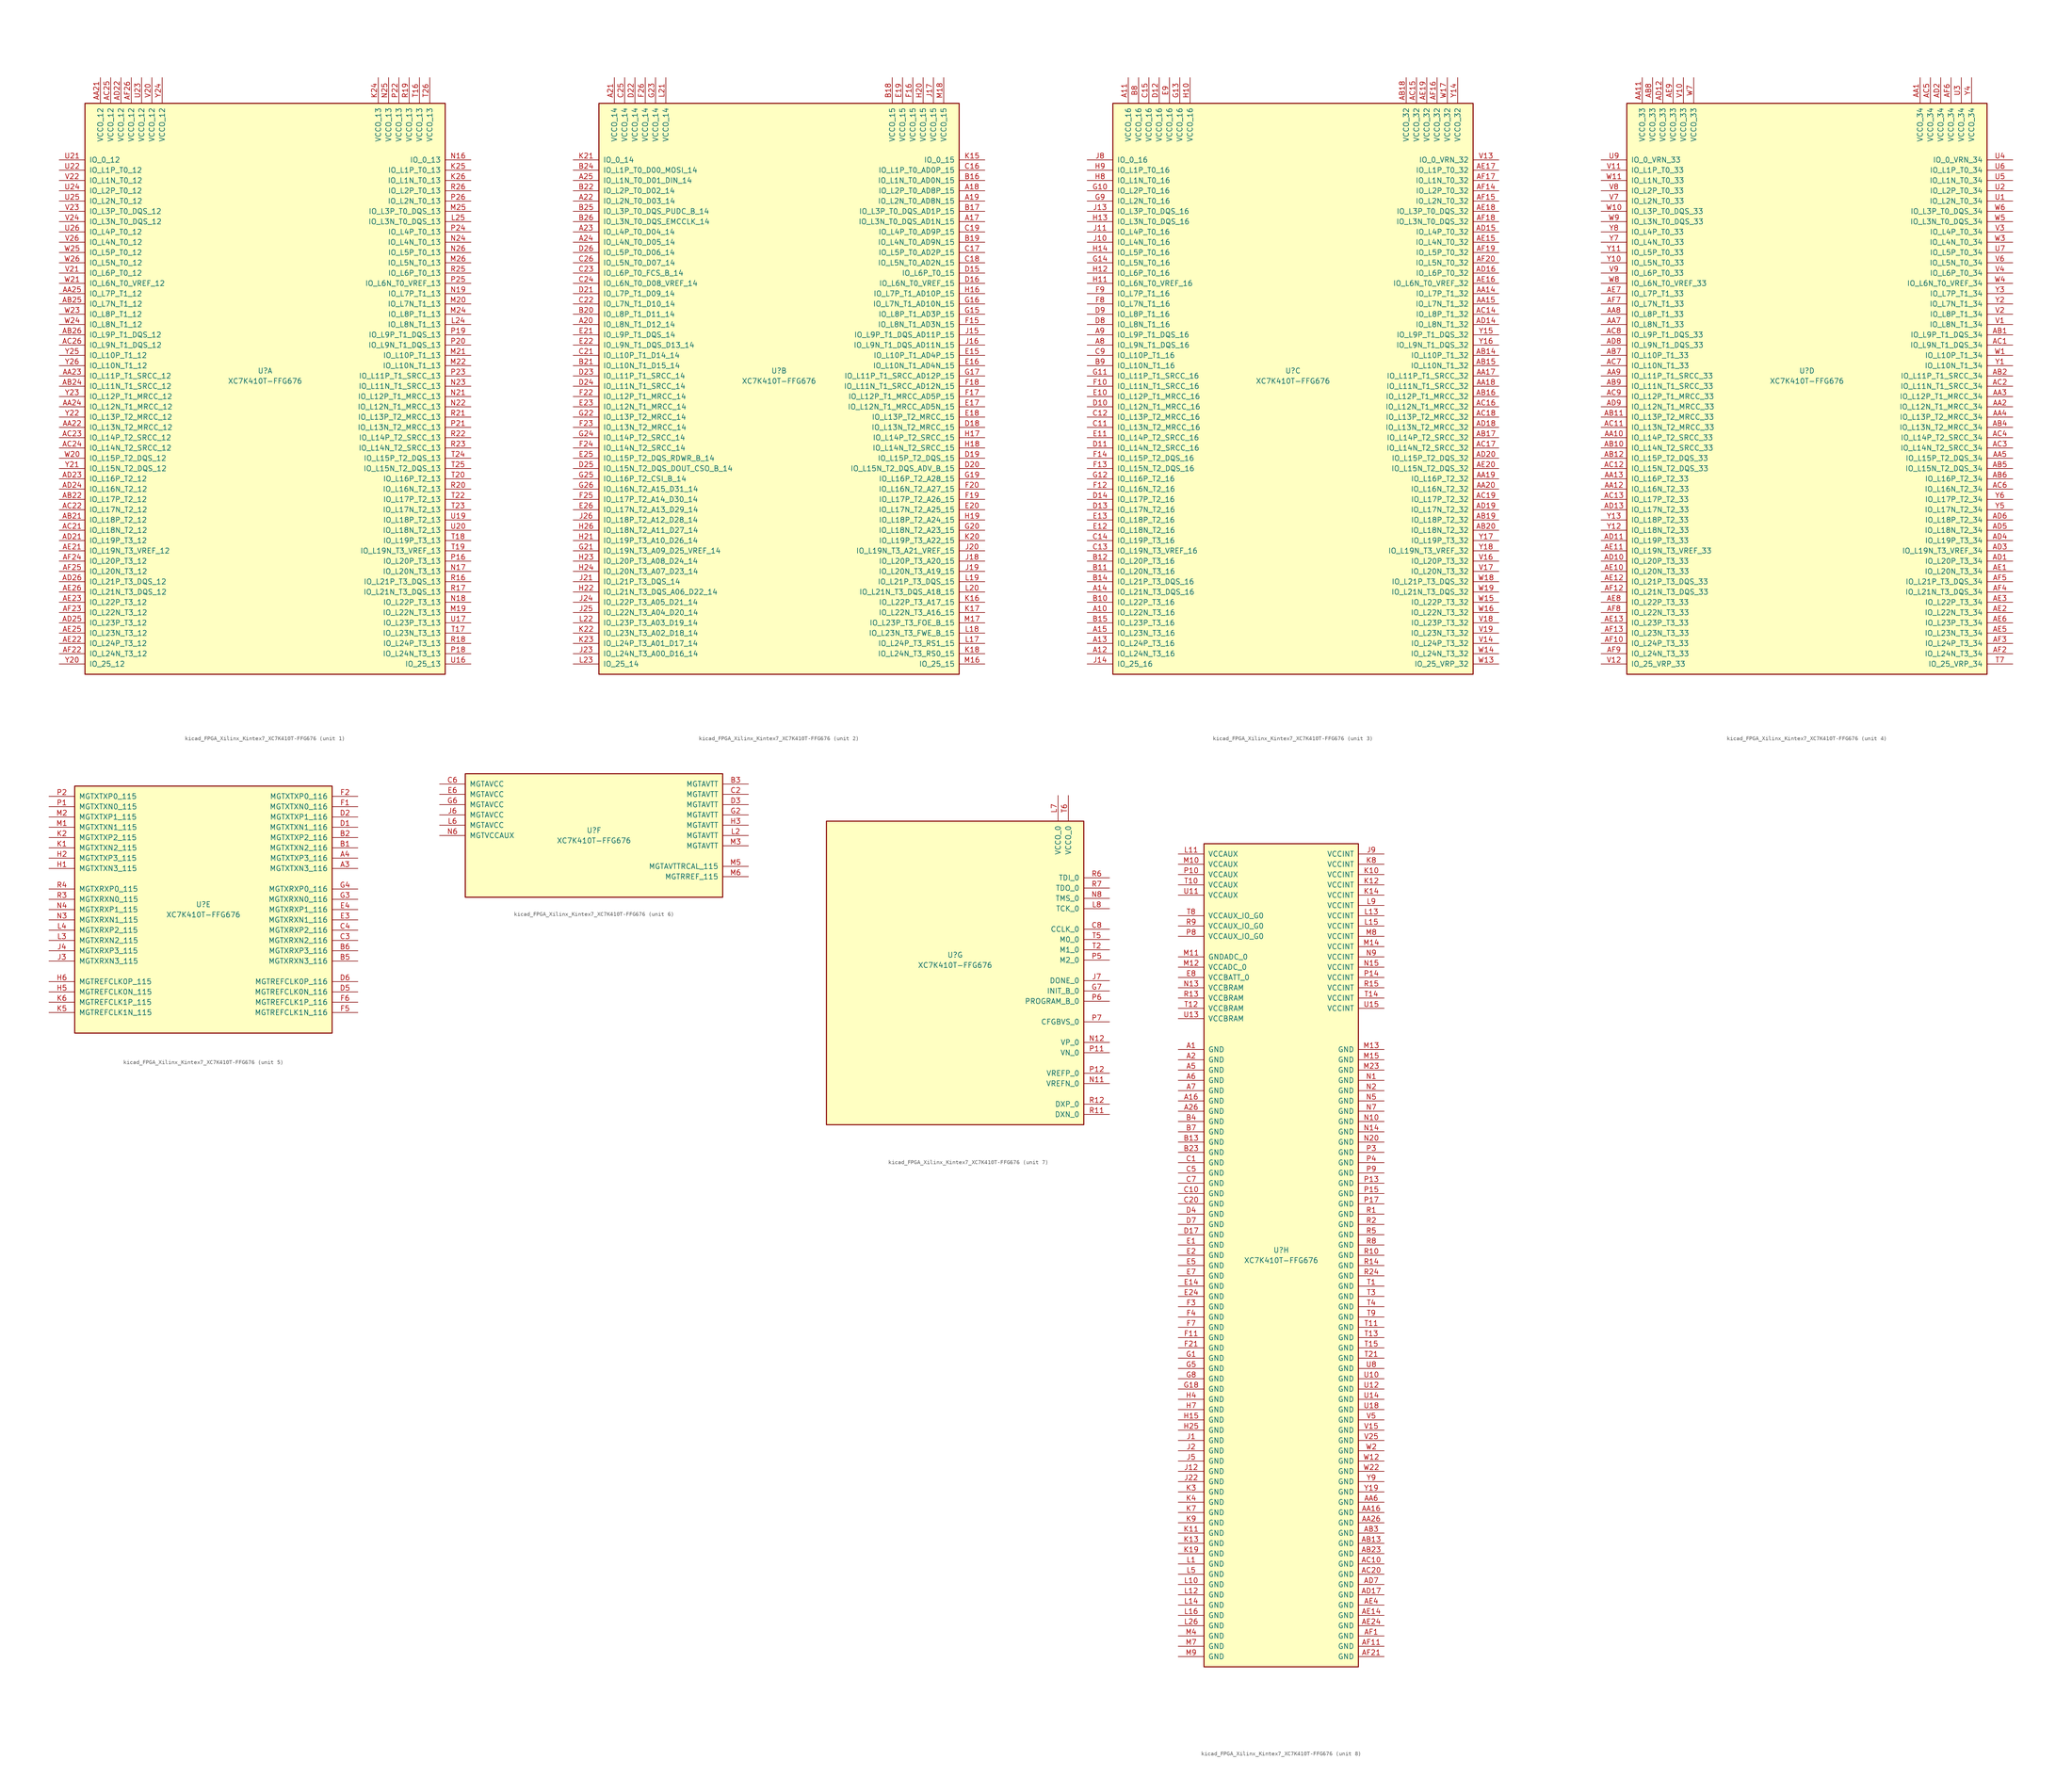
<source format=kicad_sym>
(kicad_symbol_lib
  (version 20220914)
  (generator kicad_symbol_editor)
  (symbol "kicad_FPGA_Xilinx_Kintex7_XC7K410T-FFG676"
    (pin_names
      (offset 1.016))
    (property "Reference" "U"
      (at 0 1.27 0)
      (effects (font (size 1.27 1.27))))
    (property "Value" "XC7K410T-FFG676"
      (at 0 -1.27 0)
      (effects (font (size 1.27 1.27))))
    (property "Datasheet" ""
      (at 0 0 0)
      (effects (font (size 1.27 1.27))))
    (property "ki_locked" ""
      (at 0 0 0)
      (effects (font (size 1.27 1.27))))
    (symbol "kicad_FPGA_Xilinx_Kintex7_XC7K410T-FFG676_1_1"
      (rectangle (start -44.45 67.31) (end 44.45 -73.66) (stroke (width 0.254) (type default)) (fill (type background)))
      (pin power_in line (at -40.64 73.66 270) (length 6.35) (name "VCCO_12" (effects (font (size 1.27 1.27)))) (number "AA21" (effects (font (size 1.27 1.27)))))
      (pin bidirectional line (at -50.8 -12.7 0) (length 6.35) (name "IO_L13N_T2_MRCC_12" (effects (font (size 1.27 1.27)))) (number "AA22" (effects (font (size 1.27 1.27)))))
      (pin bidirectional line (at -50.8 0 0) (length 6.35) (name "IO_L11P_T1_SRCC_12" (effects (font (size 1.27 1.27)))) (number "AA23" (effects (font (size 1.27 1.27)))))
      (pin bidirectional line (at -50.8 -7.62 0) (length 6.35) (name "IO_L12N_T1_MRCC_12" (effects (font (size 1.27 1.27)))) (number "AA24" (effects (font (size 1.27 1.27)))))
      (pin bidirectional line (at -50.8 20.32 0) (length 6.35) (name "IO_L7P_T1_12" (effects (font (size 1.27 1.27)))) (number "AA25" (effects (font (size 1.27 1.27)))))
      (pin bidirectional line (at -50.8 -35.56 0) (length 6.35) (name "IO_L18P_T2_12" (effects (font (size 1.27 1.27)))) (number "AB21" (effects (font (size 1.27 1.27)))))
      (pin bidirectional line (at -50.8 -30.48 0) (length 6.35) (name "IO_L17P_T2_12" (effects (font (size 1.27 1.27)))) (number "AB22" (effects (font (size 1.27 1.27)))))
      (pin bidirectional line (at -50.8 -2.54 0) (length 6.35) (name "IO_L11N_T1_SRCC_12" (effects (font (size 1.27 1.27)))) (number "AB24" (effects (font (size 1.27 1.27)))))
      (pin bidirectional line (at -50.8 17.78 0) (length 6.35) (name "IO_L7N_T1_12" (effects (font (size 1.27 1.27)))) (number "AB25" (effects (font (size 1.27 1.27)))))
      (pin bidirectional line (at -50.8 10.16 0) (length 6.35) (name "IO_L9P_T1_DQS_12" (effects (font (size 1.27 1.27)))) (number "AB26" (effects (font (size 1.27 1.27)))))
      (pin bidirectional line (at -50.8 -38.1 0) (length 6.35) (name "IO_L18N_T2_12" (effects (font (size 1.27 1.27)))) (number "AC21" (effects (font (size 1.27 1.27)))))
      (pin bidirectional line (at -50.8 -33.02 0) (length 6.35) (name "IO_L17N_T2_12" (effects (font (size 1.27 1.27)))) (number "AC22" (effects (font (size 1.27 1.27)))))
      (pin bidirectional line (at -50.8 -15.24 0) (length 6.35) (name "IO_L14P_T2_SRCC_12" (effects (font (size 1.27 1.27)))) (number "AC23" (effects (font (size 1.27 1.27)))))
      (pin bidirectional line (at -50.8 -17.78 0) (length 6.35) (name "IO_L14N_T2_SRCC_12" (effects (font (size 1.27 1.27)))) (number "AC24" (effects (font (size 1.27 1.27)))))
      (pin power_in line (at -38.1 73.66 270) (length 6.35) (name "VCCO_12" (effects (font (size 1.27 1.27)))) (number "AC25" (effects (font (size 1.27 1.27)))))
      (pin bidirectional line (at -50.8 7.62 0) (length 6.35) (name "IO_L9N_T1_DQS_12" (effects (font (size 1.27 1.27)))) (number "AC26" (effects (font (size 1.27 1.27)))))
      (pin bidirectional line (at -50.8 -40.64 0) (length 6.35) (name "IO_L19P_T3_12" (effects (font (size 1.27 1.27)))) (number "AD21" (effects (font (size 1.27 1.27)))))
      (pin power_in line (at -35.56 73.66 270) (length 6.35) (name "VCCO_12" (effects (font (size 1.27 1.27)))) (number "AD22" (effects (font (size 1.27 1.27)))))
      (pin bidirectional line (at -50.8 -25.4 0) (length 6.35) (name "IO_L16P_T2_12" (effects (font (size 1.27 1.27)))) (number "AD23" (effects (font (size 1.27 1.27)))))
      (pin bidirectional line (at -50.8 -27.94 0) (length 6.35) (name "IO_L16N_T2_12" (effects (font (size 1.27 1.27)))) (number "AD24" (effects (font (size 1.27 1.27)))))
      (pin bidirectional line (at -50.8 -60.96 0) (length 6.35) (name "IO_L23P_T3_12" (effects (font (size 1.27 1.27)))) (number "AD25" (effects (font (size 1.27 1.27)))))
      (pin bidirectional line (at -50.8 -50.8 0) (length 6.35) (name "IO_L21P_T3_DQS_12" (effects (font (size 1.27 1.27)))) (number "AD26" (effects (font (size 1.27 1.27)))))
      (pin bidirectional line (at -50.8 -43.18 0) (length 6.35) (name "IO_L19N_T3_VREF_12" (effects (font (size 1.27 1.27)))) (number "AE21" (effects (font (size 1.27 1.27)))))
      (pin bidirectional line (at -50.8 -66.04 0) (length 6.35) (name "IO_L24P_T3_12" (effects (font (size 1.27 1.27)))) (number "AE22" (effects (font (size 1.27 1.27)))))
      (pin bidirectional line (at -50.8 -55.88 0) (length 6.35) (name "IO_L22P_T3_12" (effects (font (size 1.27 1.27)))) (number "AE23" (effects (font (size 1.27 1.27)))))
      (pin bidirectional line (at -50.8 -63.5 0) (length 6.35) (name "IO_L23N_T3_12" (effects (font (size 1.27 1.27)))) (number "AE25" (effects (font (size 1.27 1.27)))))
      (pin bidirectional line (at -50.8 -53.34 0) (length 6.35) (name "IO_L21N_T3_DQS_12" (effects (font (size 1.27 1.27)))) (number "AE26" (effects (font (size 1.27 1.27)))))
      (pin bidirectional line (at -50.8 -68.58 0) (length 6.35) (name "IO_L24N_T3_12" (effects (font (size 1.27 1.27)))) (number "AF22" (effects (font (size 1.27 1.27)))))
      (pin bidirectional line (at -50.8 -58.42 0) (length 6.35) (name "IO_L22N_T3_12" (effects (font (size 1.27 1.27)))) (number "AF23" (effects (font (size 1.27 1.27)))))
      (pin bidirectional line (at -50.8 -45.72 0) (length 6.35) (name "IO_L20P_T3_12" (effects (font (size 1.27 1.27)))) (number "AF24" (effects (font (size 1.27 1.27)))))
      (pin bidirectional line (at -50.8 -48.26 0) (length 6.35) (name "IO_L20N_T3_12" (effects (font (size 1.27 1.27)))) (number "AF25" (effects (font (size 1.27 1.27)))))
      (pin power_in line (at -33.02 73.66 270) (length 6.35) (name "VCCO_12" (effects (font (size 1.27 1.27)))) (number "AF26" (effects (font (size 1.27 1.27)))))
      (pin power_in line (at 27.94 73.66 270) (length 6.35) (name "VCCO_13" (effects (font (size 1.27 1.27)))) (number "K24" (effects (font (size 1.27 1.27)))))
      (pin bidirectional line (at 50.8 50.8 180) (length 6.35) (name "IO_L1P_T0_13" (effects (font (size 1.27 1.27)))) (number "K25" (effects (font (size 1.27 1.27)))))
      (pin bidirectional line (at 50.8 48.26 180) (length 6.35) (name "IO_L1N_T0_13" (effects (font (size 1.27 1.27)))) (number "K26" (effects (font (size 1.27 1.27)))))
      (pin bidirectional line (at 50.8 12.7 180) (length 6.35) (name "IO_L8N_T1_13" (effects (font (size 1.27 1.27)))) (number "L24" (effects (font (size 1.27 1.27)))))
      (pin bidirectional line (at 50.8 38.1 180) (length 6.35) (name "IO_L3N_T0_DQS_13" (effects (font (size 1.27 1.27)))) (number "L25" (effects (font (size 1.27 1.27)))))
      (pin bidirectional line (at 50.8 -58.42 180) (length 6.35) (name "IO_L22N_T3_13" (effects (font (size 1.27 1.27)))) (number "M19" (effects (font (size 1.27 1.27)))))
      (pin bidirectional line (at 50.8 17.78 180) (length 6.35) (name "IO_L7N_T1_13" (effects (font (size 1.27 1.27)))) (number "M20" (effects (font (size 1.27 1.27)))))
      (pin bidirectional line (at 50.8 5.08 180) (length 6.35) (name "IO_L10P_T1_13" (effects (font (size 1.27 1.27)))) (number "M21" (effects (font (size 1.27 1.27)))))
      (pin bidirectional line (at 50.8 2.54 180) (length 6.35) (name "IO_L10N_T1_13" (effects (font (size 1.27 1.27)))) (number "M22" (effects (font (size 1.27 1.27)))))
      (pin bidirectional line (at 50.8 15.24 180) (length 6.35) (name "IO_L8P_T1_13" (effects (font (size 1.27 1.27)))) (number "M24" (effects (font (size 1.27 1.27)))))
      (pin bidirectional line (at 50.8 40.64 180) (length 6.35) (name "IO_L3P_T0_DQS_13" (effects (font (size 1.27 1.27)))) (number "M25" (effects (font (size 1.27 1.27)))))
      (pin bidirectional line (at 50.8 27.94 180) (length 6.35) (name "IO_L5N_T0_13" (effects (font (size 1.27 1.27)))) (number "M26" (effects (font (size 1.27 1.27)))))
      (pin bidirectional line (at 50.8 53.34 180) (length 6.35) (name "IO_0_13" (effects (font (size 1.27 1.27)))) (number "N16" (effects (font (size 1.27 1.27)))))
      (pin bidirectional line (at 50.8 -48.26 180) (length 6.35) (name "IO_L20N_T3_13" (effects (font (size 1.27 1.27)))) (number "N17" (effects (font (size 1.27 1.27)))))
      (pin bidirectional line (at 50.8 -55.88 180) (length 6.35) (name "IO_L22P_T3_13" (effects (font (size 1.27 1.27)))) (number "N18" (effects (font (size 1.27 1.27)))))
      (pin bidirectional line (at 50.8 20.32 180) (length 6.35) (name "IO_L7P_T1_13" (effects (font (size 1.27 1.27)))) (number "N19" (effects (font (size 1.27 1.27)))))
      (pin bidirectional line (at 50.8 -5.08 180) (length 6.35) (name "IO_L12P_T1_MRCC_13" (effects (font (size 1.27 1.27)))) (number "N21" (effects (font (size 1.27 1.27)))))
      (pin bidirectional line (at 50.8 -7.62 180) (length 6.35) (name "IO_L12N_T1_MRCC_13" (effects (font (size 1.27 1.27)))) (number "N22" (effects (font (size 1.27 1.27)))))
      (pin bidirectional line (at 50.8 -2.54 180) (length 6.35) (name "IO_L11N_T1_SRCC_13" (effects (font (size 1.27 1.27)))) (number "N23" (effects (font (size 1.27 1.27)))))
      (pin bidirectional line (at 50.8 33.02 180) (length 6.35) (name "IO_L4N_T0_13" (effects (font (size 1.27 1.27)))) (number "N24" (effects (font (size 1.27 1.27)))))
      (pin power_in line (at 30.48 73.66 270) (length 6.35) (name "VCCO_13" (effects (font (size 1.27 1.27)))) (number "N25" (effects (font (size 1.27 1.27)))))
      (pin bidirectional line (at 50.8 30.48 180) (length 6.35) (name "IO_L5P_T0_13" (effects (font (size 1.27 1.27)))) (number "N26" (effects (font (size 1.27 1.27)))))
      (pin bidirectional line (at 50.8 -45.72 180) (length 6.35) (name "IO_L20P_T3_13" (effects (font (size 1.27 1.27)))) (number "P16" (effects (font (size 1.27 1.27)))))
      (pin bidirectional line (at 50.8 -68.58 180) (length 6.35) (name "IO_L24N_T3_13" (effects (font (size 1.27 1.27)))) (number "P18" (effects (font (size 1.27 1.27)))))
      (pin bidirectional line (at 50.8 10.16 180) (length 6.35) (name "IO_L9P_T1_DQS_13" (effects (font (size 1.27 1.27)))) (number "P19" (effects (font (size 1.27 1.27)))))
      (pin bidirectional line (at 50.8 7.62 180) (length 6.35) (name "IO_L9N_T1_DQS_13" (effects (font (size 1.27 1.27)))) (number "P20" (effects (font (size 1.27 1.27)))))
      (pin bidirectional line (at 50.8 -12.7 180) (length 6.35) (name "IO_L13N_T2_MRCC_13" (effects (font (size 1.27 1.27)))) (number "P21" (effects (font (size 1.27 1.27)))))
      (pin power_in line (at 33.02 73.66 270) (length 6.35) (name "VCCO_13" (effects (font (size 1.27 1.27)))) (number "P22" (effects (font (size 1.27 1.27)))))
      (pin bidirectional line (at 50.8 0 180) (length 6.35) (name "IO_L11P_T1_SRCC_13" (effects (font (size 1.27 1.27)))) (number "P23" (effects (font (size 1.27 1.27)))))
      (pin bidirectional line (at 50.8 35.56 180) (length 6.35) (name "IO_L4P_T0_13" (effects (font (size 1.27 1.27)))) (number "P24" (effects (font (size 1.27 1.27)))))
      (pin bidirectional line (at 50.8 22.86 180) (length 6.35) (name "IO_L6N_T0_VREF_13" (effects (font (size 1.27 1.27)))) (number "P25" (effects (font (size 1.27 1.27)))))
      (pin bidirectional line (at 50.8 43.18 180) (length 6.35) (name "IO_L2N_T0_13" (effects (font (size 1.27 1.27)))) (number "P26" (effects (font (size 1.27 1.27)))))
      (pin bidirectional line (at 50.8 -50.8 180) (length 6.35) (name "IO_L21P_T3_DQS_13" (effects (font (size 1.27 1.27)))) (number "R16" (effects (font (size 1.27 1.27)))))
      (pin bidirectional line (at 50.8 -53.34 180) (length 6.35) (name "IO_L21N_T3_DQS_13" (effects (font (size 1.27 1.27)))) (number "R17" (effects (font (size 1.27 1.27)))))
      (pin bidirectional line (at 50.8 -66.04 180) (length 6.35) (name "IO_L24P_T3_13" (effects (font (size 1.27 1.27)))) (number "R18" (effects (font (size 1.27 1.27)))))
      (pin power_in line (at 35.56 73.66 270) (length 6.35) (name "VCCO_13" (effects (font (size 1.27 1.27)))) (number "R19" (effects (font (size 1.27 1.27)))))
      (pin bidirectional line (at 50.8 -27.94 180) (length 6.35) (name "IO_L16N_T2_13" (effects (font (size 1.27 1.27)))) (number "R20" (effects (font (size 1.27 1.27)))))
      (pin bidirectional line (at 50.8 -10.16 180) (length 6.35) (name "IO_L13P_T2_MRCC_13" (effects (font (size 1.27 1.27)))) (number "R21" (effects (font (size 1.27 1.27)))))
      (pin bidirectional line (at 50.8 -15.24 180) (length 6.35) (name "IO_L14P_T2_SRCC_13" (effects (font (size 1.27 1.27)))) (number "R22" (effects (font (size 1.27 1.27)))))
      (pin bidirectional line (at 50.8 -17.78 180) (length 6.35) (name "IO_L14N_T2_SRCC_13" (effects (font (size 1.27 1.27)))) (number "R23" (effects (font (size 1.27 1.27)))))
      (pin bidirectional line (at 50.8 25.4 180) (length 6.35) (name "IO_L6P_T0_13" (effects (font (size 1.27 1.27)))) (number "R25" (effects (font (size 1.27 1.27)))))
      (pin bidirectional line (at 50.8 45.72 180) (length 6.35) (name "IO_L2P_T0_13" (effects (font (size 1.27 1.27)))) (number "R26" (effects (font (size 1.27 1.27)))))
      (pin power_in line (at 38.1 73.66 270) (length 6.35) (name "VCCO_13" (effects (font (size 1.27 1.27)))) (number "T16" (effects (font (size 1.27 1.27)))))
      (pin bidirectional line (at 50.8 -63.5 180) (length 6.35) (name "IO_L23N_T3_13" (effects (font (size 1.27 1.27)))) (number "T17" (effects (font (size 1.27 1.27)))))
      (pin bidirectional line (at 50.8 -40.64 180) (length 6.35) (name "IO_L19P_T3_13" (effects (font (size 1.27 1.27)))) (number "T18" (effects (font (size 1.27 1.27)))))
      (pin bidirectional line (at 50.8 -43.18 180) (length 6.35) (name "IO_L19N_T3_VREF_13" (effects (font (size 1.27 1.27)))) (number "T19" (effects (font (size 1.27 1.27)))))
      (pin bidirectional line (at 50.8 -25.4 180) (length 6.35) (name "IO_L16P_T2_13" (effects (font (size 1.27 1.27)))) (number "T20" (effects (font (size 1.27 1.27)))))
      (pin bidirectional line (at 50.8 -30.48 180) (length 6.35) (name "IO_L17P_T2_13" (effects (font (size 1.27 1.27)))) (number "T22" (effects (font (size 1.27 1.27)))))
      (pin bidirectional line (at 50.8 -33.02 180) (length 6.35) (name "IO_L17N_T2_13" (effects (font (size 1.27 1.27)))) (number "T23" (effects (font (size 1.27 1.27)))))
      (pin bidirectional line (at 50.8 -20.32 180) (length 6.35) (name "IO_L15P_T2_DQS_13" (effects (font (size 1.27 1.27)))) (number "T24" (effects (font (size 1.27 1.27)))))
      (pin bidirectional line (at 50.8 -22.86 180) (length 6.35) (name "IO_L15N_T2_DQS_13" (effects (font (size 1.27 1.27)))) (number "T25" (effects (font (size 1.27 1.27)))))
      (pin power_in line (at 40.64 73.66 270) (length 6.35) (name "VCCO_13" (effects (font (size 1.27 1.27)))) (number "T26" (effects (font (size 1.27 1.27)))))
      (pin bidirectional line (at 50.8 -71.12 180) (length 6.35) (name "IO_25_13" (effects (font (size 1.27 1.27)))) (number "U16" (effects (font (size 1.27 1.27)))))
      (pin bidirectional line (at 50.8 -60.96 180) (length 6.35) (name "IO_L23P_T3_13" (effects (font (size 1.27 1.27)))) (number "U17" (effects (font (size 1.27 1.27)))))
      (pin bidirectional line (at 50.8 -35.56 180) (length 6.35) (name "IO_L18P_T2_13" (effects (font (size 1.27 1.27)))) (number "U19" (effects (font (size 1.27 1.27)))))
      (pin bidirectional line (at 50.8 -38.1 180) (length 6.35) (name "IO_L18N_T2_13" (effects (font (size 1.27 1.27)))) (number "U20" (effects (font (size 1.27 1.27)))))
      (pin bidirectional line (at -50.8 53.34 0) (length 6.35) (name "IO_0_12" (effects (font (size 1.27 1.27)))) (number "U21" (effects (font (size 1.27 1.27)))))
      (pin bidirectional line (at -50.8 50.8 0) (length 6.35) (name "IO_L1P_T0_12" (effects (font (size 1.27 1.27)))) (number "U22" (effects (font (size 1.27 1.27)))))
      (pin power_in line (at -30.48 73.66 270) (length 6.35) (name "VCCO_12" (effects (font (size 1.27 1.27)))) (number "U23" (effects (font (size 1.27 1.27)))))
      (pin bidirectional line (at -50.8 45.72 0) (length 6.35) (name "IO_L2P_T0_12" (effects (font (size 1.27 1.27)))) (number "U24" (effects (font (size 1.27 1.27)))))
      (pin bidirectional line (at -50.8 43.18 0) (length 6.35) (name "IO_L2N_T0_12" (effects (font (size 1.27 1.27)))) (number "U25" (effects (font (size 1.27 1.27)))))
      (pin bidirectional line (at -50.8 35.56 0) (length 6.35) (name "IO_L4P_T0_12" (effects (font (size 1.27 1.27)))) (number "U26" (effects (font (size 1.27 1.27)))))
      (pin power_in line (at -27.94 73.66 270) (length 6.35) (name "VCCO_12" (effects (font (size 1.27 1.27)))) (number "V20" (effects (font (size 1.27 1.27)))))
      (pin bidirectional line (at -50.8 25.4 0) (length 6.35) (name "IO_L6P_T0_12" (effects (font (size 1.27 1.27)))) (number "V21" (effects (font (size 1.27 1.27)))))
      (pin bidirectional line (at -50.8 48.26 0) (length 6.35) (name "IO_L1N_T0_12" (effects (font (size 1.27 1.27)))) (number "V22" (effects (font (size 1.27 1.27)))))
      (pin bidirectional line (at -50.8 40.64 0) (length 6.35) (name "IO_L3P_T0_DQS_12" (effects (font (size 1.27 1.27)))) (number "V23" (effects (font (size 1.27 1.27)))))
      (pin bidirectional line (at -50.8 38.1 0) (length 6.35) (name "IO_L3N_T0_DQS_12" (effects (font (size 1.27 1.27)))) (number "V24" (effects (font (size 1.27 1.27)))))
      (pin bidirectional line (at -50.8 33.02 0) (length 6.35) (name "IO_L4N_T0_12" (effects (font (size 1.27 1.27)))) (number "V26" (effects (font (size 1.27 1.27)))))
      (pin bidirectional line (at -50.8 -20.32 0) (length 6.35) (name "IO_L15P_T2_DQS_12" (effects (font (size 1.27 1.27)))) (number "W20" (effects (font (size 1.27 1.27)))))
      (pin bidirectional line (at -50.8 22.86 0) (length 6.35) (name "IO_L6N_T0_VREF_12" (effects (font (size 1.27 1.27)))) (number "W21" (effects (font (size 1.27 1.27)))))
      (pin bidirectional line (at -50.8 15.24 0) (length 6.35) (name "IO_L8P_T1_12" (effects (font (size 1.27 1.27)))) (number "W23" (effects (font (size 1.27 1.27)))))
      (pin bidirectional line (at -50.8 12.7 0) (length 6.35) (name "IO_L8N_T1_12" (effects (font (size 1.27 1.27)))) (number "W24" (effects (font (size 1.27 1.27)))))
      (pin bidirectional line (at -50.8 30.48 0) (length 6.35) (name "IO_L5P_T0_12" (effects (font (size 1.27 1.27)))) (number "W25" (effects (font (size 1.27 1.27)))))
      (pin bidirectional line (at -50.8 27.94 0) (length 6.35) (name "IO_L5N_T0_12" (effects (font (size 1.27 1.27)))) (number "W26" (effects (font (size 1.27 1.27)))))
      (pin bidirectional line (at -50.8 -71.12 0) (length 6.35) (name "IO_25_12" (effects (font (size 1.27 1.27)))) (number "Y20" (effects (font (size 1.27 1.27)))))
      (pin bidirectional line (at -50.8 -22.86 0) (length 6.35) (name "IO_L15N_T2_DQS_12" (effects (font (size 1.27 1.27)))) (number "Y21" (effects (font (size 1.27 1.27)))))
      (pin bidirectional line (at -50.8 -10.16 0) (length 6.35) (name "IO_L13P_T2_MRCC_12" (effects (font (size 1.27 1.27)))) (number "Y22" (effects (font (size 1.27 1.27)))))
      (pin bidirectional line (at -50.8 -5.08 0) (length 6.35) (name "IO_L12P_T1_MRCC_12" (effects (font (size 1.27 1.27)))) (number "Y23" (effects (font (size 1.27 1.27)))))
      (pin power_in line (at -25.4 73.66 270) (length 6.35) (name "VCCO_12" (effects (font (size 1.27 1.27)))) (number "Y24" (effects (font (size 1.27 1.27)))))
      (pin bidirectional line (at -50.8 5.08 0) (length 6.35) (name "IO_L10P_T1_12" (effects (font (size 1.27 1.27)))) (number "Y25" (effects (font (size 1.27 1.27)))))
      (pin bidirectional line (at -50.8 2.54 0) (length 6.35) (name "IO_L10N_T1_12" (effects (font (size 1.27 1.27)))) (number "Y26" (effects (font (size 1.27 1.27))))))
    (symbol "kicad_FPGA_Xilinx_Kintex7_XC7K410T-FFG676_2_1"
      (rectangle (start -44.45 67.31) (end 44.45 -73.66) (stroke (width 0.254) (type default)) (fill (type background)))
      (pin bidirectional line (at 50.8 38.1 180) (length 6.35) (name "IO_L3N_T0_DQS_AD1N_15" (effects (font (size 1.27 1.27)))) (number "A17" (effects (font (size 1.27 1.27)))))
      (pin bidirectional line (at 50.8 45.72 180) (length 6.35) (name "IO_L2P_T0_AD8P_15" (effects (font (size 1.27 1.27)))) (number "A18" (effects (font (size 1.27 1.27)))))
      (pin bidirectional line (at 50.8 43.18 180) (length 6.35) (name "IO_L2N_T0_AD8N_15" (effects (font (size 1.27 1.27)))) (number "A19" (effects (font (size 1.27 1.27)))))
      (pin bidirectional line (at -50.8 12.7 0) (length 6.35) (name "IO_L8N_T1_D12_14" (effects (font (size 1.27 1.27)))) (number "A20" (effects (font (size 1.27 1.27)))))
      (pin power_in line (at -40.64 73.66 270) (length 6.35) (name "VCCO_14" (effects (font (size 1.27 1.27)))) (number "A21" (effects (font (size 1.27 1.27)))))
      (pin bidirectional line (at -50.8 43.18 0) (length 6.35) (name "IO_L2N_T0_D03_14" (effects (font (size 1.27 1.27)))) (number "A22" (effects (font (size 1.27 1.27)))))
      (pin bidirectional line (at -50.8 35.56 0) (length 6.35) (name "IO_L4P_T0_D04_14" (effects (font (size 1.27 1.27)))) (number "A23" (effects (font (size 1.27 1.27)))))
      (pin bidirectional line (at -50.8 33.02 0) (length 6.35) (name "IO_L4N_T0_D05_14" (effects (font (size 1.27 1.27)))) (number "A24" (effects (font (size 1.27 1.27)))))
      (pin bidirectional line (at -50.8 48.26 0) (length 6.35) (name "IO_L1N_T0_D01_DIN_14" (effects (font (size 1.27 1.27)))) (number "A25" (effects (font (size 1.27 1.27)))))
      (pin bidirectional line (at 50.8 48.26 180) (length 6.35) (name "IO_L1N_T0_AD0N_15" (effects (font (size 1.27 1.27)))) (number "B16" (effects (font (size 1.27 1.27)))))
      (pin bidirectional line (at 50.8 40.64 180) (length 6.35) (name "IO_L3P_T0_DQS_AD1P_15" (effects (font (size 1.27 1.27)))) (number "B17" (effects (font (size 1.27 1.27)))))
      (pin power_in line (at 27.94 73.66 270) (length 6.35) (name "VCCO_15" (effects (font (size 1.27 1.27)))) (number "B18" (effects (font (size 1.27 1.27)))))
      (pin bidirectional line (at 50.8 33.02 180) (length 6.35) (name "IO_L4N_T0_AD9N_15" (effects (font (size 1.27 1.27)))) (number "B19" (effects (font (size 1.27 1.27)))))
      (pin bidirectional line (at -50.8 15.24 0) (length 6.35) (name "IO_L8P_T1_D11_14" (effects (font (size 1.27 1.27)))) (number "B20" (effects (font (size 1.27 1.27)))))
      (pin bidirectional line (at -50.8 2.54 0) (length 6.35) (name "IO_L10N_T1_D15_14" (effects (font (size 1.27 1.27)))) (number "B21" (effects (font (size 1.27 1.27)))))
      (pin bidirectional line (at -50.8 45.72 0) (length 6.35) (name "IO_L2P_T0_D02_14" (effects (font (size 1.27 1.27)))) (number "B22" (effects (font (size 1.27 1.27)))))
      (pin bidirectional line (at -50.8 50.8 0) (length 6.35) (name "IO_L1P_T0_D00_MOSI_14" (effects (font (size 1.27 1.27)))) (number "B24" (effects (font (size 1.27 1.27)))))
      (pin bidirectional line (at -50.8 40.64 0) (length 6.35) (name "IO_L3P_T0_DQS_PUDC_B_14" (effects (font (size 1.27 1.27)))) (number "B25" (effects (font (size 1.27 1.27)))))
      (pin bidirectional line (at -50.8 38.1 0) (length 6.35) (name "IO_L3N_T0_DQS_EMCCLK_14" (effects (font (size 1.27 1.27)))) (number "B26" (effects (font (size 1.27 1.27)))))
      (pin bidirectional line (at 50.8 50.8 180) (length 6.35) (name "IO_L1P_T0_AD0P_15" (effects (font (size 1.27 1.27)))) (number "C16" (effects (font (size 1.27 1.27)))))
      (pin bidirectional line (at 50.8 30.48 180) (length 6.35) (name "IO_L5P_T0_AD2P_15" (effects (font (size 1.27 1.27)))) (number "C17" (effects (font (size 1.27 1.27)))))
      (pin bidirectional line (at 50.8 27.94 180) (length 6.35) (name "IO_L5N_T0_AD2N_15" (effects (font (size 1.27 1.27)))) (number "C18" (effects (font (size 1.27 1.27)))))
      (pin bidirectional line (at 50.8 35.56 180) (length 6.35) (name "IO_L4P_T0_AD9P_15" (effects (font (size 1.27 1.27)))) (number "C19" (effects (font (size 1.27 1.27)))))
      (pin bidirectional line (at -50.8 5.08 0) (length 6.35) (name "IO_L10P_T1_D14_14" (effects (font (size 1.27 1.27)))) (number "C21" (effects (font (size 1.27 1.27)))))
      (pin bidirectional line (at -50.8 17.78 0) (length 6.35) (name "IO_L7N_T1_D10_14" (effects (font (size 1.27 1.27)))) (number "C22" (effects (font (size 1.27 1.27)))))
      (pin bidirectional line (at -50.8 25.4 0) (length 6.35) (name "IO_L6P_T0_FCS_B_14" (effects (font (size 1.27 1.27)))) (number "C23" (effects (font (size 1.27 1.27)))))
      (pin bidirectional line (at -50.8 22.86 0) (length 6.35) (name "IO_L6N_T0_D08_VREF_14" (effects (font (size 1.27 1.27)))) (number "C24" (effects (font (size 1.27 1.27)))))
      (pin power_in line (at -38.1 73.66 270) (length 6.35) (name "VCCO_14" (effects (font (size 1.27 1.27)))) (number "C25" (effects (font (size 1.27 1.27)))))
      (pin bidirectional line (at -50.8 27.94 0) (length 6.35) (name "IO_L5N_T0_D07_14" (effects (font (size 1.27 1.27)))) (number "C26" (effects (font (size 1.27 1.27)))))
      (pin bidirectional line (at 50.8 25.4 180) (length 6.35) (name "IO_L6P_T0_15" (effects (font (size 1.27 1.27)))) (number "D15" (effects (font (size 1.27 1.27)))))
      (pin bidirectional line (at 50.8 22.86 180) (length 6.35) (name "IO_L6N_T0_VREF_15" (effects (font (size 1.27 1.27)))) (number "D16" (effects (font (size 1.27 1.27)))))
      (pin bidirectional line (at 50.8 -12.7 180) (length 6.35) (name "IO_L13N_T2_MRCC_15" (effects (font (size 1.27 1.27)))) (number "D18" (effects (font (size 1.27 1.27)))))
      (pin bidirectional line (at 50.8 -20.32 180) (length 6.35) (name "IO_L15P_T2_DQS_15" (effects (font (size 1.27 1.27)))) (number "D19" (effects (font (size 1.27 1.27)))))
      (pin bidirectional line (at 50.8 -22.86 180) (length 6.35) (name "IO_L15N_T2_DQS_ADV_B_15" (effects (font (size 1.27 1.27)))) (number "D20" (effects (font (size 1.27 1.27)))))
      (pin bidirectional line (at -50.8 20.32 0) (length 6.35) (name "IO_L7P_T1_D09_14" (effects (font (size 1.27 1.27)))) (number "D21" (effects (font (size 1.27 1.27)))))
      (pin power_in line (at -35.56 73.66 270) (length 6.35) (name "VCCO_14" (effects (font (size 1.27 1.27)))) (number "D22" (effects (font (size 1.27 1.27)))))
      (pin bidirectional line (at -50.8 0 0) (length 6.35) (name "IO_L11P_T1_SRCC_14" (effects (font (size 1.27 1.27)))) (number "D23" (effects (font (size 1.27 1.27)))))
      (pin bidirectional line (at -50.8 -2.54 0) (length 6.35) (name "IO_L11N_T1_SRCC_14" (effects (font (size 1.27 1.27)))) (number "D24" (effects (font (size 1.27 1.27)))))
      (pin bidirectional line (at -50.8 -22.86 0) (length 6.35) (name "IO_L15N_T2_DQS_DOUT_CSO_B_14" (effects (font (size 1.27 1.27)))) (number "D25" (effects (font (size 1.27 1.27)))))
      (pin bidirectional line (at -50.8 30.48 0) (length 6.35) (name "IO_L5P_T0_D06_14" (effects (font (size 1.27 1.27)))) (number "D26" (effects (font (size 1.27 1.27)))))
      (pin bidirectional line (at 50.8 5.08 180) (length 6.35) (name "IO_L10P_T1_AD4P_15" (effects (font (size 1.27 1.27)))) (number "E15" (effects (font (size 1.27 1.27)))))
      (pin bidirectional line (at 50.8 2.54 180) (length 6.35) (name "IO_L10N_T1_AD4N_15" (effects (font (size 1.27 1.27)))) (number "E16" (effects (font (size 1.27 1.27)))))
      (pin bidirectional line (at 50.8 -7.62 180) (length 6.35) (name "IO_L12N_T1_MRCC_AD5N_15" (effects (font (size 1.27 1.27)))) (number "E17" (effects (font (size 1.27 1.27)))))
      (pin bidirectional line (at 50.8 -10.16 180) (length 6.35) (name "IO_L13P_T2_MRCC_15" (effects (font (size 1.27 1.27)))) (number "E18" (effects (font (size 1.27 1.27)))))
      (pin power_in line (at 30.48 73.66 270) (length 6.35) (name "VCCO_15" (effects (font (size 1.27 1.27)))) (number "E19" (effects (font (size 1.27 1.27)))))
      (pin bidirectional line (at 50.8 -33.02 180) (length 6.35) (name "IO_L17N_T2_A25_15" (effects (font (size 1.27 1.27)))) (number "E20" (effects (font (size 1.27 1.27)))))
      (pin bidirectional line (at -50.8 10.16 0) (length 6.35) (name "IO_L9P_T1_DQS_14" (effects (font (size 1.27 1.27)))) (number "E21" (effects (font (size 1.27 1.27)))))
      (pin bidirectional line (at -50.8 7.62 0) (length 6.35) (name "IO_L9N_T1_DQS_D13_14" (effects (font (size 1.27 1.27)))) (number "E22" (effects (font (size 1.27 1.27)))))
      (pin bidirectional line (at -50.8 -7.62 0) (length 6.35) (name "IO_L12N_T1_MRCC_14" (effects (font (size 1.27 1.27)))) (number "E23" (effects (font (size 1.27 1.27)))))
      (pin bidirectional line (at -50.8 -20.32 0) (length 6.35) (name "IO_L15P_T2_DQS_RDWR_B_14" (effects (font (size 1.27 1.27)))) (number "E25" (effects (font (size 1.27 1.27)))))
      (pin bidirectional line (at -50.8 -33.02 0) (length 6.35) (name "IO_L17N_T2_A13_D29_14" (effects (font (size 1.27 1.27)))) (number "E26" (effects (font (size 1.27 1.27)))))
      (pin bidirectional line (at 50.8 12.7 180) (length 6.35) (name "IO_L8N_T1_AD3N_15" (effects (font (size 1.27 1.27)))) (number "F15" (effects (font (size 1.27 1.27)))))
      (pin power_in line (at 33.02 73.66 270) (length 6.35) (name "VCCO_15" (effects (font (size 1.27 1.27)))) (number "F16" (effects (font (size 1.27 1.27)))))
      (pin bidirectional line (at 50.8 -5.08 180) (length 6.35) (name "IO_L12P_T1_MRCC_AD5P_15" (effects (font (size 1.27 1.27)))) (number "F17" (effects (font (size 1.27 1.27)))))
      (pin bidirectional line (at 50.8 -2.54 180) (length 6.35) (name "IO_L11N_T1_SRCC_AD12N_15" (effects (font (size 1.27 1.27)))) (number "F18" (effects (font (size 1.27 1.27)))))
      (pin bidirectional line (at 50.8 -30.48 180) (length 6.35) (name "IO_L17P_T2_A26_15" (effects (font (size 1.27 1.27)))) (number "F19" (effects (font (size 1.27 1.27)))))
      (pin bidirectional line (at 50.8 -27.94 180) (length 6.35) (name "IO_L16N_T2_A27_15" (effects (font (size 1.27 1.27)))) (number "F20" (effects (font (size 1.27 1.27)))))
      (pin bidirectional line (at -50.8 -5.08 0) (length 6.35) (name "IO_L12P_T1_MRCC_14" (effects (font (size 1.27 1.27)))) (number "F22" (effects (font (size 1.27 1.27)))))
      (pin bidirectional line (at -50.8 -12.7 0) (length 6.35) (name "IO_L13N_T2_MRCC_14" (effects (font (size 1.27 1.27)))) (number "F23" (effects (font (size 1.27 1.27)))))
      (pin bidirectional line (at -50.8 -17.78 0) (length 6.35) (name "IO_L14N_T2_SRCC_14" (effects (font (size 1.27 1.27)))) (number "F24" (effects (font (size 1.27 1.27)))))
      (pin bidirectional line (at -50.8 -30.48 0) (length 6.35) (name "IO_L17P_T2_A14_D30_14" (effects (font (size 1.27 1.27)))) (number "F25" (effects (font (size 1.27 1.27)))))
      (pin power_in line (at -33.02 73.66 270) (length 6.35) (name "VCCO_14" (effects (font (size 1.27 1.27)))) (number "F26" (effects (font (size 1.27 1.27)))))
      (pin bidirectional line (at 50.8 15.24 180) (length 6.35) (name "IO_L8P_T1_AD3P_15" (effects (font (size 1.27 1.27)))) (number "G15" (effects (font (size 1.27 1.27)))))
      (pin bidirectional line (at 50.8 17.78 180) (length 6.35) (name "IO_L7N_T1_AD10N_15" (effects (font (size 1.27 1.27)))) (number "G16" (effects (font (size 1.27 1.27)))))
      (pin bidirectional line (at 50.8 0 180) (length 6.35) (name "IO_L11P_T1_SRCC_AD12P_15" (effects (font (size 1.27 1.27)))) (number "G17" (effects (font (size 1.27 1.27)))))
      (pin bidirectional line (at 50.8 -25.4 180) (length 6.35) (name "IO_L16P_T2_A28_15" (effects (font (size 1.27 1.27)))) (number "G19" (effects (font (size 1.27 1.27)))))
      (pin bidirectional line (at 50.8 -38.1 180) (length 6.35) (name "IO_L18N_T2_A23_15" (effects (font (size 1.27 1.27)))) (number "G20" (effects (font (size 1.27 1.27)))))
      (pin bidirectional line (at -50.8 -43.18 0) (length 6.35) (name "IO_L19N_T3_A09_D25_VREF_14" (effects (font (size 1.27 1.27)))) (number "G21" (effects (font (size 1.27 1.27)))))
      (pin bidirectional line (at -50.8 -10.16 0) (length 6.35) (name "IO_L13P_T2_MRCC_14" (effects (font (size 1.27 1.27)))) (number "G22" (effects (font (size 1.27 1.27)))))
      (pin power_in line (at -30.48 73.66 270) (length 6.35) (name "VCCO_14" (effects (font (size 1.27 1.27)))) (number "G23" (effects (font (size 1.27 1.27)))))
      (pin bidirectional line (at -50.8 -15.24 0) (length 6.35) (name "IO_L14P_T2_SRCC_14" (effects (font (size 1.27 1.27)))) (number "G24" (effects (font (size 1.27 1.27)))))
      (pin bidirectional line (at -50.8 -25.4 0) (length 6.35) (name "IO_L16P_T2_CSI_B_14" (effects (font (size 1.27 1.27)))) (number "G25" (effects (font (size 1.27 1.27)))))
      (pin bidirectional line (at -50.8 -27.94 0) (length 6.35) (name "IO_L16N_T2_A15_D31_14" (effects (font (size 1.27 1.27)))) (number "G26" (effects (font (size 1.27 1.27)))))
      (pin bidirectional line (at 50.8 20.32 180) (length 6.35) (name "IO_L7P_T1_AD10P_15" (effects (font (size 1.27 1.27)))) (number "H16" (effects (font (size 1.27 1.27)))))
      (pin bidirectional line (at 50.8 -15.24 180) (length 6.35) (name "IO_L14P_T2_SRCC_15" (effects (font (size 1.27 1.27)))) (number "H17" (effects (font (size 1.27 1.27)))))
      (pin bidirectional line (at 50.8 -17.78 180) (length 6.35) (name "IO_L14N_T2_SRCC_15" (effects (font (size 1.27 1.27)))) (number "H18" (effects (font (size 1.27 1.27)))))
      (pin bidirectional line (at 50.8 -35.56 180) (length 6.35) (name "IO_L18P_T2_A24_15" (effects (font (size 1.27 1.27)))) (number "H19" (effects (font (size 1.27 1.27)))))
      (pin power_in line (at 35.56 73.66 270) (length 6.35) (name "VCCO_15" (effects (font (size 1.27 1.27)))) (number "H20" (effects (font (size 1.27 1.27)))))
      (pin bidirectional line (at -50.8 -40.64 0) (length 6.35) (name "IO_L19P_T3_A10_D26_14" (effects (font (size 1.27 1.27)))) (number "H21" (effects (font (size 1.27 1.27)))))
      (pin bidirectional line (at -50.8 -53.34 0) (length 6.35) (name "IO_L21N_T3_DQS_A06_D22_14" (effects (font (size 1.27 1.27)))) (number "H22" (effects (font (size 1.27 1.27)))))
      (pin bidirectional line (at -50.8 -45.72 0) (length 6.35) (name "IO_L20P_T3_A08_D24_14" (effects (font (size 1.27 1.27)))) (number "H23" (effects (font (size 1.27 1.27)))))
      (pin bidirectional line (at -50.8 -48.26 0) (length 6.35) (name "IO_L20N_T3_A07_D23_14" (effects (font (size 1.27 1.27)))) (number "H24" (effects (font (size 1.27 1.27)))))
      (pin bidirectional line (at -50.8 -38.1 0) (length 6.35) (name "IO_L18N_T2_A11_D27_14" (effects (font (size 1.27 1.27)))) (number "H26" (effects (font (size 1.27 1.27)))))
      (pin bidirectional line (at 50.8 10.16 180) (length 6.35) (name "IO_L9P_T1_DQS_AD11P_15" (effects (font (size 1.27 1.27)))) (number "J15" (effects (font (size 1.27 1.27)))))
      (pin bidirectional line (at 50.8 7.62 180) (length 6.35) (name "IO_L9N_T1_DQS_AD11N_15" (effects (font (size 1.27 1.27)))) (number "J16" (effects (font (size 1.27 1.27)))))
      (pin power_in line (at 38.1 73.66 270) (length 6.35) (name "VCCO_15" (effects (font (size 1.27 1.27)))) (number "J17" (effects (font (size 1.27 1.27)))))
      (pin bidirectional line (at 50.8 -45.72 180) (length 6.35) (name "IO_L20P_T3_A20_15" (effects (font (size 1.27 1.27)))) (number "J18" (effects (font (size 1.27 1.27)))))
      (pin bidirectional line (at 50.8 -48.26 180) (length 6.35) (name "IO_L20N_T3_A19_15" (effects (font (size 1.27 1.27)))) (number "J19" (effects (font (size 1.27 1.27)))))
      (pin bidirectional line (at 50.8 -43.18 180) (length 6.35) (name "IO_L19N_T3_A21_VREF_15" (effects (font (size 1.27 1.27)))) (number "J20" (effects (font (size 1.27 1.27)))))
      (pin bidirectional line (at -50.8 -50.8 0) (length 6.35) (name "IO_L21P_T3_DQS_14" (effects (font (size 1.27 1.27)))) (number "J21" (effects (font (size 1.27 1.27)))))
      (pin bidirectional line (at -50.8 -68.58 0) (length 6.35) (name "IO_L24N_T3_A00_D16_14" (effects (font (size 1.27 1.27)))) (number "J23" (effects (font (size 1.27 1.27)))))
      (pin bidirectional line (at -50.8 -55.88 0) (length 6.35) (name "IO_L22P_T3_A05_D21_14" (effects (font (size 1.27 1.27)))) (number "J24" (effects (font (size 1.27 1.27)))))
      (pin bidirectional line (at -50.8 -58.42 0) (length 6.35) (name "IO_L22N_T3_A04_D20_14" (effects (font (size 1.27 1.27)))) (number "J25" (effects (font (size 1.27 1.27)))))
      (pin bidirectional line (at -50.8 -35.56 0) (length 6.35) (name "IO_L18P_T2_A12_D28_14" (effects (font (size 1.27 1.27)))) (number "J26" (effects (font (size 1.27 1.27)))))
      (pin bidirectional line (at 50.8 53.34 180) (length 6.35) (name "IO_0_15" (effects (font (size 1.27 1.27)))) (number "K15" (effects (font (size 1.27 1.27)))))
      (pin bidirectional line (at 50.8 -55.88 180) (length 6.35) (name "IO_L22P_T3_A17_15" (effects (font (size 1.27 1.27)))) (number "K16" (effects (font (size 1.27 1.27)))))
      (pin bidirectional line (at 50.8 -58.42 180) (length 6.35) (name "IO_L22N_T3_A16_15" (effects (font (size 1.27 1.27)))) (number "K17" (effects (font (size 1.27 1.27)))))
      (pin bidirectional line (at 50.8 -68.58 180) (length 6.35) (name "IO_L24N_T3_RS0_15" (effects (font (size 1.27 1.27)))) (number "K18" (effects (font (size 1.27 1.27)))))
      (pin bidirectional line (at 50.8 -40.64 180) (length 6.35) (name "IO_L19P_T3_A22_15" (effects (font (size 1.27 1.27)))) (number "K20" (effects (font (size 1.27 1.27)))))
      (pin bidirectional line (at -50.8 53.34 0) (length 6.35) (name "IO_0_14" (effects (font (size 1.27 1.27)))) (number "K21" (effects (font (size 1.27 1.27)))))
      (pin bidirectional line (at -50.8 -63.5 0) (length 6.35) (name "IO_L23N_T3_A02_D18_14" (effects (font (size 1.27 1.27)))) (number "K22" (effects (font (size 1.27 1.27)))))
      (pin bidirectional line (at -50.8 -66.04 0) (length 6.35) (name "IO_L24P_T3_A01_D17_14" (effects (font (size 1.27 1.27)))) (number "K23" (effects (font (size 1.27 1.27)))))
      (pin bidirectional line (at 50.8 -66.04 180) (length 6.35) (name "IO_L24P_T3_RS1_15" (effects (font (size 1.27 1.27)))) (number "L17" (effects (font (size 1.27 1.27)))))
      (pin bidirectional line (at 50.8 -63.5 180) (length 6.35) (name "IO_L23N_T3_FWE_B_15" (effects (font (size 1.27 1.27)))) (number "L18" (effects (font (size 1.27 1.27)))))
      (pin bidirectional line (at 50.8 -50.8 180) (length 6.35) (name "IO_L21P_T3_DQS_15" (effects (font (size 1.27 1.27)))) (number "L19" (effects (font (size 1.27 1.27)))))
      (pin bidirectional line (at 50.8 -53.34 180) (length 6.35) (name "IO_L21N_T3_DQS_A18_15" (effects (font (size 1.27 1.27)))) (number "L20" (effects (font (size 1.27 1.27)))))
      (pin power_in line (at -27.94 73.66 270) (length 6.35) (name "VCCO_14" (effects (font (size 1.27 1.27)))) (number "L21" (effects (font (size 1.27 1.27)))))
      (pin bidirectional line (at -50.8 -60.96 0) (length 6.35) (name "IO_L23P_T3_A03_D19_14" (effects (font (size 1.27 1.27)))) (number "L22" (effects (font (size 1.27 1.27)))))
      (pin bidirectional line (at -50.8 -71.12 0) (length 6.35) (name "IO_25_14" (effects (font (size 1.27 1.27)))) (number "L23" (effects (font (size 1.27 1.27)))))
      (pin bidirectional line (at 50.8 -71.12 180) (length 6.35) (name "IO_25_15" (effects (font (size 1.27 1.27)))) (number "M16" (effects (font (size 1.27 1.27)))))
      (pin bidirectional line (at 50.8 -60.96 180) (length 6.35) (name "IO_L23P_T3_FOE_B_15" (effects (font (size 1.27 1.27)))) (number "M17" (effects (font (size 1.27 1.27)))))
      (pin power_in line (at 40.64 73.66 270) (length 6.35) (name "VCCO_15" (effects (font (size 1.27 1.27)))) (number "M18" (effects (font (size 1.27 1.27))))))
    (symbol "kicad_FPGA_Xilinx_Kintex7_XC7K410T-FFG676_3_1"
      (rectangle (start -44.45 67.31) (end 44.45 -73.66) (stroke (width 0.254) (type default)) (fill (type background)))
      (pin bidirectional line (at -50.8 -58.42 0) (length 6.35) (name "IO_L22N_T3_16" (effects (font (size 1.27 1.27)))) (number "A10" (effects (font (size 1.27 1.27)))))
      (pin power_in line (at -40.64 73.66 270) (length 6.35) (name "VCCO_16" (effects (font (size 1.27 1.27)))) (number "A11" (effects (font (size 1.27 1.27)))))
      (pin bidirectional line (at -50.8 -68.58 0) (length 6.35) (name "IO_L24N_T3_16" (effects (font (size 1.27 1.27)))) (number "A12" (effects (font (size 1.27 1.27)))))
      (pin bidirectional line (at -50.8 -66.04 0) (length 6.35) (name "IO_L24P_T3_16" (effects (font (size 1.27 1.27)))) (number "A13" (effects (font (size 1.27 1.27)))))
      (pin bidirectional line (at -50.8 -53.34 0) (length 6.35) (name "IO_L21N_T3_DQS_16" (effects (font (size 1.27 1.27)))) (number "A14" (effects (font (size 1.27 1.27)))))
      (pin bidirectional line (at -50.8 -63.5 0) (length 6.35) (name "IO_L23N_T3_16" (effects (font (size 1.27 1.27)))) (number "A15" (effects (font (size 1.27 1.27)))))
      (pin bidirectional line (at -50.8 7.62 0) (length 6.35) (name "IO_L9N_T1_DQS_16" (effects (font (size 1.27 1.27)))) (number "A8" (effects (font (size 1.27 1.27)))))
      (pin bidirectional line (at -50.8 10.16 0) (length 6.35) (name "IO_L9P_T1_DQS_16" (effects (font (size 1.27 1.27)))) (number "A9" (effects (font (size 1.27 1.27)))))
      (pin bidirectional line (at 50.8 20.32 180) (length 6.35) (name "IO_L7P_T1_32" (effects (font (size 1.27 1.27)))) (number "AA14" (effects (font (size 1.27 1.27)))))
      (pin bidirectional line (at 50.8 17.78 180) (length 6.35) (name "IO_L7N_T1_32" (effects (font (size 1.27 1.27)))) (number "AA15" (effects (font (size 1.27 1.27)))))
      (pin bidirectional line (at 50.8 0 180) (length 6.35) (name "IO_L11P_T1_SRCC_32" (effects (font (size 1.27 1.27)))) (number "AA17" (effects (font (size 1.27 1.27)))))
      (pin bidirectional line (at 50.8 -2.54 180) (length 6.35) (name "IO_L11N_T1_SRCC_32" (effects (font (size 1.27 1.27)))) (number "AA18" (effects (font (size 1.27 1.27)))))
      (pin bidirectional line (at 50.8 -25.4 180) (length 6.35) (name "IO_L16P_T2_32" (effects (font (size 1.27 1.27)))) (number "AA19" (effects (font (size 1.27 1.27)))))
      (pin bidirectional line (at 50.8 -27.94 180) (length 6.35) (name "IO_L16N_T2_32" (effects (font (size 1.27 1.27)))) (number "AA20" (effects (font (size 1.27 1.27)))))
      (pin bidirectional line (at 50.8 5.08 180) (length 6.35) (name "IO_L10P_T1_32" (effects (font (size 1.27 1.27)))) (number "AB14" (effects (font (size 1.27 1.27)))))
      (pin bidirectional line (at 50.8 2.54 180) (length 6.35) (name "IO_L10N_T1_32" (effects (font (size 1.27 1.27)))) (number "AB15" (effects (font (size 1.27 1.27)))))
      (pin bidirectional line (at 50.8 -5.08 180) (length 6.35) (name "IO_L12P_T1_MRCC_32" (effects (font (size 1.27 1.27)))) (number "AB16" (effects (font (size 1.27 1.27)))))
      (pin bidirectional line (at 50.8 -15.24 180) (length 6.35) (name "IO_L14P_T2_SRCC_32" (effects (font (size 1.27 1.27)))) (number "AB17" (effects (font (size 1.27 1.27)))))
      (pin power_in line (at 27.94 73.66 270) (length 6.35) (name "VCCO_32" (effects (font (size 1.27 1.27)))) (number "AB18" (effects (font (size 1.27 1.27)))))
      (pin bidirectional line (at 50.8 -35.56 180) (length 6.35) (name "IO_L18P_T2_32" (effects (font (size 1.27 1.27)))) (number "AB19" (effects (font (size 1.27 1.27)))))
      (pin bidirectional line (at 50.8 -38.1 180) (length 6.35) (name "IO_L18N_T2_32" (effects (font (size 1.27 1.27)))) (number "AB20" (effects (font (size 1.27 1.27)))))
      (pin bidirectional line (at 50.8 15.24 180) (length 6.35) (name "IO_L8P_T1_32" (effects (font (size 1.27 1.27)))) (number "AC14" (effects (font (size 1.27 1.27)))))
      (pin power_in line (at 30.48 73.66 270) (length 6.35) (name "VCCO_32" (effects (font (size 1.27 1.27)))) (number "AC15" (effects (font (size 1.27 1.27)))))
      (pin bidirectional line (at 50.8 -7.62 180) (length 6.35) (name "IO_L12N_T1_MRCC_32" (effects (font (size 1.27 1.27)))) (number "AC16" (effects (font (size 1.27 1.27)))))
      (pin bidirectional line (at 50.8 -17.78 180) (length 6.35) (name "IO_L14N_T2_SRCC_32" (effects (font (size 1.27 1.27)))) (number "AC17" (effects (font (size 1.27 1.27)))))
      (pin bidirectional line (at 50.8 -10.16 180) (length 6.35) (name "IO_L13P_T2_MRCC_32" (effects (font (size 1.27 1.27)))) (number "AC18" (effects (font (size 1.27 1.27)))))
      (pin bidirectional line (at 50.8 -30.48 180) (length 6.35) (name "IO_L17P_T2_32" (effects (font (size 1.27 1.27)))) (number "AC19" (effects (font (size 1.27 1.27)))))
      (pin bidirectional line (at 50.8 12.7 180) (length 6.35) (name "IO_L8N_T1_32" (effects (font (size 1.27 1.27)))) (number "AD14" (effects (font (size 1.27 1.27)))))
      (pin bidirectional line (at 50.8 35.56 180) (length 6.35) (name "IO_L4P_T0_32" (effects (font (size 1.27 1.27)))) (number "AD15" (effects (font (size 1.27 1.27)))))
      (pin bidirectional line (at 50.8 25.4 180) (length 6.35) (name "IO_L6P_T0_32" (effects (font (size 1.27 1.27)))) (number "AD16" (effects (font (size 1.27 1.27)))))
      (pin bidirectional line (at 50.8 -12.7 180) (length 6.35) (name "IO_L13N_T2_MRCC_32" (effects (font (size 1.27 1.27)))) (number "AD18" (effects (font (size 1.27 1.27)))))
      (pin bidirectional line (at 50.8 -33.02 180) (length 6.35) (name "IO_L17N_T2_32" (effects (font (size 1.27 1.27)))) (number "AD19" (effects (font (size 1.27 1.27)))))
      (pin bidirectional line (at 50.8 -20.32 180) (length 6.35) (name "IO_L15P_T2_DQS_32" (effects (font (size 1.27 1.27)))) (number "AD20" (effects (font (size 1.27 1.27)))))
      (pin bidirectional line (at 50.8 33.02 180) (length 6.35) (name "IO_L4N_T0_32" (effects (font (size 1.27 1.27)))) (number "AE15" (effects (font (size 1.27 1.27)))))
      (pin bidirectional line (at 50.8 22.86 180) (length 6.35) (name "IO_L6N_T0_VREF_32" (effects (font (size 1.27 1.27)))) (number "AE16" (effects (font (size 1.27 1.27)))))
      (pin bidirectional line (at 50.8 50.8 180) (length 6.35) (name "IO_L1P_T0_32" (effects (font (size 1.27 1.27)))) (number "AE17" (effects (font (size 1.27 1.27)))))
      (pin bidirectional line (at 50.8 40.64 180) (length 6.35) (name "IO_L3P_T0_DQS_32" (effects (font (size 1.27 1.27)))) (number "AE18" (effects (font (size 1.27 1.27)))))
      (pin power_in line (at 33.02 73.66 270) (length 6.35) (name "VCCO_32" (effects (font (size 1.27 1.27)))) (number "AE19" (effects (font (size 1.27 1.27)))))
      (pin bidirectional line (at 50.8 -22.86 180) (length 6.35) (name "IO_L15N_T2_DQS_32" (effects (font (size 1.27 1.27)))) (number "AE20" (effects (font (size 1.27 1.27)))))
      (pin bidirectional line (at 50.8 45.72 180) (length 6.35) (name "IO_L2P_T0_32" (effects (font (size 1.27 1.27)))) (number "AF14" (effects (font (size 1.27 1.27)))))
      (pin bidirectional line (at 50.8 43.18 180) (length 6.35) (name "IO_L2N_T0_32" (effects (font (size 1.27 1.27)))) (number "AF15" (effects (font (size 1.27 1.27)))))
      (pin power_in line (at 35.56 73.66 270) (length 6.35) (name "VCCO_32" (effects (font (size 1.27 1.27)))) (number "AF16" (effects (font (size 1.27 1.27)))))
      (pin bidirectional line (at 50.8 48.26 180) (length 6.35) (name "IO_L1N_T0_32" (effects (font (size 1.27 1.27)))) (number "AF17" (effects (font (size 1.27 1.27)))))
      (pin bidirectional line (at 50.8 38.1 180) (length 6.35) (name "IO_L3N_T0_DQS_32" (effects (font (size 1.27 1.27)))) (number "AF18" (effects (font (size 1.27 1.27)))))
      (pin bidirectional line (at 50.8 30.48 180) (length 6.35) (name "IO_L5P_T0_32" (effects (font (size 1.27 1.27)))) (number "AF19" (effects (font (size 1.27 1.27)))))
      (pin bidirectional line (at 50.8 27.94 180) (length 6.35) (name "IO_L5N_T0_32" (effects (font (size 1.27 1.27)))) (number "AF20" (effects (font (size 1.27 1.27)))))
      (pin bidirectional line (at -50.8 -55.88 0) (length 6.35) (name "IO_L22P_T3_16" (effects (font (size 1.27 1.27)))) (number "B10" (effects (font (size 1.27 1.27)))))
      (pin bidirectional line (at -50.8 -48.26 0) (length 6.35) (name "IO_L20N_T3_16" (effects (font (size 1.27 1.27)))) (number "B11" (effects (font (size 1.27 1.27)))))
      (pin bidirectional line (at -50.8 -45.72 0) (length 6.35) (name "IO_L20P_T3_16" (effects (font (size 1.27 1.27)))) (number "B12" (effects (font (size 1.27 1.27)))))
      (pin bidirectional line (at -50.8 -50.8 0) (length 6.35) (name "IO_L21P_T3_DQS_16" (effects (font (size 1.27 1.27)))) (number "B14" (effects (font (size 1.27 1.27)))))
      (pin bidirectional line (at -50.8 -60.96 0) (length 6.35) (name "IO_L23P_T3_16" (effects (font (size 1.27 1.27)))) (number "B15" (effects (font (size 1.27 1.27)))))
      (pin power_in line (at -38.1 73.66 270) (length 6.35) (name "VCCO_16" (effects (font (size 1.27 1.27)))) (number "B8" (effects (font (size 1.27 1.27)))))
      (pin bidirectional line (at -50.8 2.54 0) (length 6.35) (name "IO_L10N_T1_16" (effects (font (size 1.27 1.27)))) (number "B9" (effects (font (size 1.27 1.27)))))
      (pin bidirectional line (at -50.8 -12.7 0) (length 6.35) (name "IO_L13N_T2_MRCC_16" (effects (font (size 1.27 1.27)))) (number "C11" (effects (font (size 1.27 1.27)))))
      (pin bidirectional line (at -50.8 -10.16 0) (length 6.35) (name "IO_L13P_T2_MRCC_16" (effects (font (size 1.27 1.27)))) (number "C12" (effects (font (size 1.27 1.27)))))
      (pin bidirectional line (at -50.8 -43.18 0) (length 6.35) (name "IO_L19N_T3_VREF_16" (effects (font (size 1.27 1.27)))) (number "C13" (effects (font (size 1.27 1.27)))))
      (pin bidirectional line (at -50.8 -40.64 0) (length 6.35) (name "IO_L19P_T3_16" (effects (font (size 1.27 1.27)))) (number "C14" (effects (font (size 1.27 1.27)))))
      (pin power_in line (at -35.56 73.66 270) (length 6.35) (name "VCCO_16" (effects (font (size 1.27 1.27)))) (number "C15" (effects (font (size 1.27 1.27)))))
      (pin bidirectional line (at -50.8 5.08 0) (length 6.35) (name "IO_L10P_T1_16" (effects (font (size 1.27 1.27)))) (number "C9" (effects (font (size 1.27 1.27)))))
      (pin bidirectional line (at -50.8 -7.62 0) (length 6.35) (name "IO_L12N_T1_MRCC_16" (effects (font (size 1.27 1.27)))) (number "D10" (effects (font (size 1.27 1.27)))))
      (pin bidirectional line (at -50.8 -17.78 0) (length 6.35) (name "IO_L14N_T2_SRCC_16" (effects (font (size 1.27 1.27)))) (number "D11" (effects (font (size 1.27 1.27)))))
      (pin power_in line (at -33.02 73.66 270) (length 6.35) (name "VCCO_16" (effects (font (size 1.27 1.27)))) (number "D12" (effects (font (size 1.27 1.27)))))
      (pin bidirectional line (at -50.8 -33.02 0) (length 6.35) (name "IO_L17N_T2_16" (effects (font (size 1.27 1.27)))) (number "D13" (effects (font (size 1.27 1.27)))))
      (pin bidirectional line (at -50.8 -30.48 0) (length 6.35) (name "IO_L17P_T2_16" (effects (font (size 1.27 1.27)))) (number "D14" (effects (font (size 1.27 1.27)))))
      (pin bidirectional line (at -50.8 12.7 0) (length 6.35) (name "IO_L8N_T1_16" (effects (font (size 1.27 1.27)))) (number "D8" (effects (font (size 1.27 1.27)))))
      (pin bidirectional line (at -50.8 15.24 0) (length 6.35) (name "IO_L8P_T1_16" (effects (font (size 1.27 1.27)))) (number "D9" (effects (font (size 1.27 1.27)))))
      (pin bidirectional line (at -50.8 -5.08 0) (length 6.35) (name "IO_L12P_T1_MRCC_16" (effects (font (size 1.27 1.27)))) (number "E10" (effects (font (size 1.27 1.27)))))
      (pin bidirectional line (at -50.8 -15.24 0) (length 6.35) (name "IO_L14P_T2_SRCC_16" (effects (font (size 1.27 1.27)))) (number "E11" (effects (font (size 1.27 1.27)))))
      (pin bidirectional line (at -50.8 -38.1 0) (length 6.35) (name "IO_L18N_T2_16" (effects (font (size 1.27 1.27)))) (number "E12" (effects (font (size 1.27 1.27)))))
      (pin bidirectional line (at -50.8 -35.56 0) (length 6.35) (name "IO_L18P_T2_16" (effects (font (size 1.27 1.27)))) (number "E13" (effects (font (size 1.27 1.27)))))
      (pin power_in line (at -30.48 73.66 270) (length 6.35) (name "VCCO_16" (effects (font (size 1.27 1.27)))) (number "E9" (effects (font (size 1.27 1.27)))))
      (pin bidirectional line (at -50.8 -2.54 0) (length 6.35) (name "IO_L11N_T1_SRCC_16" (effects (font (size 1.27 1.27)))) (number "F10" (effects (font (size 1.27 1.27)))))
      (pin bidirectional line (at -50.8 -27.94 0) (length 6.35) (name "IO_L16N_T2_16" (effects (font (size 1.27 1.27)))) (number "F12" (effects (font (size 1.27 1.27)))))
      (pin bidirectional line (at -50.8 -22.86 0) (length 6.35) (name "IO_L15N_T2_DQS_16" (effects (font (size 1.27 1.27)))) (number "F13" (effects (font (size 1.27 1.27)))))
      (pin bidirectional line (at -50.8 -20.32 0) (length 6.35) (name "IO_L15P_T2_DQS_16" (effects (font (size 1.27 1.27)))) (number "F14" (effects (font (size 1.27 1.27)))))
      (pin bidirectional line (at -50.8 17.78 0) (length 6.35) (name "IO_L7N_T1_16" (effects (font (size 1.27 1.27)))) (number "F8" (effects (font (size 1.27 1.27)))))
      (pin bidirectional line (at -50.8 20.32 0) (length 6.35) (name "IO_L7P_T1_16" (effects (font (size 1.27 1.27)))) (number "F9" (effects (font (size 1.27 1.27)))))
      (pin bidirectional line (at -50.8 45.72 0) (length 6.35) (name "IO_L2P_T0_16" (effects (font (size 1.27 1.27)))) (number "G10" (effects (font (size 1.27 1.27)))))
      (pin bidirectional line (at -50.8 0 0) (length 6.35) (name "IO_L11P_T1_SRCC_16" (effects (font (size 1.27 1.27)))) (number "G11" (effects (font (size 1.27 1.27)))))
      (pin bidirectional line (at -50.8 -25.4 0) (length 6.35) (name "IO_L16P_T2_16" (effects (font (size 1.27 1.27)))) (number "G12" (effects (font (size 1.27 1.27)))))
      (pin power_in line (at -27.94 73.66 270) (length 6.35) (name "VCCO_16" (effects (font (size 1.27 1.27)))) (number "G13" (effects (font (size 1.27 1.27)))))
      (pin bidirectional line (at -50.8 27.94 0) (length 6.35) (name "IO_L5N_T0_16" (effects (font (size 1.27 1.27)))) (number "G14" (effects (font (size 1.27 1.27)))))
      (pin bidirectional line (at -50.8 43.18 0) (length 6.35) (name "IO_L2N_T0_16" (effects (font (size 1.27 1.27)))) (number "G9" (effects (font (size 1.27 1.27)))))
      (pin power_in line (at -25.4 73.66 270) (length 6.35) (name "VCCO_16" (effects (font (size 1.27 1.27)))) (number "H10" (effects (font (size 1.27 1.27)))))
      (pin bidirectional line (at -50.8 22.86 0) (length 6.35) (name "IO_L6N_T0_VREF_16" (effects (font (size 1.27 1.27)))) (number "H11" (effects (font (size 1.27 1.27)))))
      (pin bidirectional line (at -50.8 25.4 0) (length 6.35) (name "IO_L6P_T0_16" (effects (font (size 1.27 1.27)))) (number "H12" (effects (font (size 1.27 1.27)))))
      (pin bidirectional line (at -50.8 38.1 0) (length 6.35) (name "IO_L3N_T0_DQS_16" (effects (font (size 1.27 1.27)))) (number "H13" (effects (font (size 1.27 1.27)))))
      (pin bidirectional line (at -50.8 30.48 0) (length 6.35) (name "IO_L5P_T0_16" (effects (font (size 1.27 1.27)))) (number "H14" (effects (font (size 1.27 1.27)))))
      (pin bidirectional line (at -50.8 48.26 0) (length 6.35) (name "IO_L1N_T0_16" (effects (font (size 1.27 1.27)))) (number "H8" (effects (font (size 1.27 1.27)))))
      (pin bidirectional line (at -50.8 50.8 0) (length 6.35) (name "IO_L1P_T0_16" (effects (font (size 1.27 1.27)))) (number "H9" (effects (font (size 1.27 1.27)))))
      (pin bidirectional line (at -50.8 33.02 0) (length 6.35) (name "IO_L4N_T0_16" (effects (font (size 1.27 1.27)))) (number "J10" (effects (font (size 1.27 1.27)))))
      (pin bidirectional line (at -50.8 35.56 0) (length 6.35) (name "IO_L4P_T0_16" (effects (font (size 1.27 1.27)))) (number "J11" (effects (font (size 1.27 1.27)))))
      (pin bidirectional line (at -50.8 40.64 0) (length 6.35) (name "IO_L3P_T0_DQS_16" (effects (font (size 1.27 1.27)))) (number "J13" (effects (font (size 1.27 1.27)))))
      (pin bidirectional line (at -50.8 -71.12 0) (length 6.35) (name "IO_25_16" (effects (font (size 1.27 1.27)))) (number "J14" (effects (font (size 1.27 1.27)))))
      (pin bidirectional line (at -50.8 53.34 0) (length 6.35) (name "IO_0_16" (effects (font (size 1.27 1.27)))) (number "J8" (effects (font (size 1.27 1.27)))))
      (pin bidirectional line (at 50.8 53.34 180) (length 6.35) (name "IO_0_VRN_32" (effects (font (size 1.27 1.27)))) (number "V13" (effects (font (size 1.27 1.27)))))
      (pin bidirectional line (at 50.8 -66.04 180) (length 6.35) (name "IO_L24P_T3_32" (effects (font (size 1.27 1.27)))) (number "V14" (effects (font (size 1.27 1.27)))))
      (pin bidirectional line (at 50.8 -45.72 180) (length 6.35) (name "IO_L20P_T3_32" (effects (font (size 1.27 1.27)))) (number "V16" (effects (font (size 1.27 1.27)))))
      (pin bidirectional line (at 50.8 -48.26 180) (length 6.35) (name "IO_L20N_T3_32" (effects (font (size 1.27 1.27)))) (number "V17" (effects (font (size 1.27 1.27)))))
      (pin bidirectional line (at 50.8 -60.96 180) (length 6.35) (name "IO_L23P_T3_32" (effects (font (size 1.27 1.27)))) (number "V18" (effects (font (size 1.27 1.27)))))
      (pin bidirectional line (at 50.8 -63.5 180) (length 6.35) (name "IO_L23N_T3_32" (effects (font (size 1.27 1.27)))) (number "V19" (effects (font (size 1.27 1.27)))))
      (pin bidirectional line (at 50.8 -71.12 180) (length 6.35) (name "IO_25_VRP_32" (effects (font (size 1.27 1.27)))) (number "W13" (effects (font (size 1.27 1.27)))))
      (pin bidirectional line (at 50.8 -68.58 180) (length 6.35) (name "IO_L24N_T3_32" (effects (font (size 1.27 1.27)))) (number "W14" (effects (font (size 1.27 1.27)))))
      (pin bidirectional line (at 50.8 -55.88 180) (length 6.35) (name "IO_L22P_T3_32" (effects (font (size 1.27 1.27)))) (number "W15" (effects (font (size 1.27 1.27)))))
      (pin bidirectional line (at 50.8 -58.42 180) (length 6.35) (name "IO_L22N_T3_32" (effects (font (size 1.27 1.27)))) (number "W16" (effects (font (size 1.27 1.27)))))
      (pin power_in line (at 38.1 73.66 270) (length 6.35) (name "VCCO_32" (effects (font (size 1.27 1.27)))) (number "W17" (effects (font (size 1.27 1.27)))))
      (pin bidirectional line (at 50.8 -50.8 180) (length 6.35) (name "IO_L21P_T3_DQS_32" (effects (font (size 1.27 1.27)))) (number "W18" (effects (font (size 1.27 1.27)))))
      (pin bidirectional line (at 50.8 -53.34 180) (length 6.35) (name "IO_L21N_T3_DQS_32" (effects (font (size 1.27 1.27)))) (number "W19" (effects (font (size 1.27 1.27)))))
      (pin power_in line (at 40.64 73.66 270) (length 6.35) (name "VCCO_32" (effects (font (size 1.27 1.27)))) (number "Y14" (effects (font (size 1.27 1.27)))))
      (pin bidirectional line (at 50.8 10.16 180) (length 6.35) (name "IO_L9P_T1_DQS_32" (effects (font (size 1.27 1.27)))) (number "Y15" (effects (font (size 1.27 1.27)))))
      (pin bidirectional line (at 50.8 7.62 180) (length 6.35) (name "IO_L9N_T1_DQS_32" (effects (font (size 1.27 1.27)))) (number "Y16" (effects (font (size 1.27 1.27)))))
      (pin bidirectional line (at 50.8 -40.64 180) (length 6.35) (name "IO_L19P_T3_32" (effects (font (size 1.27 1.27)))) (number "Y17" (effects (font (size 1.27 1.27)))))
      (pin bidirectional line (at 50.8 -43.18 180) (length 6.35) (name "IO_L19N_T3_VREF_32" (effects (font (size 1.27 1.27)))) (number "Y18" (effects (font (size 1.27 1.27))))))
    (symbol "kicad_FPGA_Xilinx_Kintex7_XC7K410T-FFG676_4_1"
      (rectangle (start -44.45 67.31) (end 44.45 -73.66) (stroke (width 0.254) (type default)) (fill (type background)))
      (pin power_in line (at 27.94 73.66 270) (length 6.35) (name "VCCO_34" (effects (font (size 1.27 1.27)))) (number "AA1" (effects (font (size 1.27 1.27)))))
      (pin bidirectional line (at -50.8 -15.24 0) (length 6.35) (name "IO_L14P_T2_SRCC_33" (effects (font (size 1.27 1.27)))) (number "AA10" (effects (font (size 1.27 1.27)))))
      (pin power_in line (at -40.64 73.66 270) (length 6.35) (name "VCCO_33" (effects (font (size 1.27 1.27)))) (number "AA11" (effects (font (size 1.27 1.27)))))
      (pin bidirectional line (at -50.8 -27.94 0) (length 6.35) (name "IO_L16N_T2_33" (effects (font (size 1.27 1.27)))) (number "AA12" (effects (font (size 1.27 1.27)))))
      (pin bidirectional line (at -50.8 -25.4 0) (length 6.35) (name "IO_L16P_T2_33" (effects (font (size 1.27 1.27)))) (number "AA13" (effects (font (size 1.27 1.27)))))
      (pin bidirectional line (at 50.8 -7.62 180) (length 6.35) (name "IO_L12N_T1_MRCC_34" (effects (font (size 1.27 1.27)))) (number "AA2" (effects (font (size 1.27 1.27)))))
      (pin bidirectional line (at 50.8 -5.08 180) (length 6.35) (name "IO_L12P_T1_MRCC_34" (effects (font (size 1.27 1.27)))) (number "AA3" (effects (font (size 1.27 1.27)))))
      (pin bidirectional line (at 50.8 -10.16 180) (length 6.35) (name "IO_L13P_T2_MRCC_34" (effects (font (size 1.27 1.27)))) (number "AA4" (effects (font (size 1.27 1.27)))))
      (pin bidirectional line (at 50.8 -20.32 180) (length 6.35) (name "IO_L15P_T2_DQS_34" (effects (font (size 1.27 1.27)))) (number "AA5" (effects (font (size 1.27 1.27)))))
      (pin bidirectional line (at -50.8 12.7 0) (length 6.35) (name "IO_L8N_T1_33" (effects (font (size 1.27 1.27)))) (number "AA7" (effects (font (size 1.27 1.27)))))
      (pin bidirectional line (at -50.8 15.24 0) (length 6.35) (name "IO_L8P_T1_33" (effects (font (size 1.27 1.27)))) (number "AA8" (effects (font (size 1.27 1.27)))))
      (pin bidirectional line (at -50.8 0 0) (length 6.35) (name "IO_L11P_T1_SRCC_33" (effects (font (size 1.27 1.27)))) (number "AA9" (effects (font (size 1.27 1.27)))))
      (pin bidirectional line (at 50.8 10.16 180) (length 6.35) (name "IO_L9P_T1_DQS_34" (effects (font (size 1.27 1.27)))) (number "AB1" (effects (font (size 1.27 1.27)))))
      (pin bidirectional line (at -50.8 -17.78 0) (length 6.35) (name "IO_L14N_T2_SRCC_33" (effects (font (size 1.27 1.27)))) (number "AB10" (effects (font (size 1.27 1.27)))))
      (pin bidirectional line (at -50.8 -10.16 0) (length 6.35) (name "IO_L13P_T2_MRCC_33" (effects (font (size 1.27 1.27)))) (number "AB11" (effects (font (size 1.27 1.27)))))
      (pin bidirectional line (at -50.8 -20.32 0) (length 6.35) (name "IO_L15P_T2_DQS_33" (effects (font (size 1.27 1.27)))) (number "AB12" (effects (font (size 1.27 1.27)))))
      (pin bidirectional line (at 50.8 0 180) (length 6.35) (name "IO_L11P_T1_SRCC_34" (effects (font (size 1.27 1.27)))) (number "AB2" (effects (font (size 1.27 1.27)))))
      (pin bidirectional line (at 50.8 -12.7 180) (length 6.35) (name "IO_L13N_T2_MRCC_34" (effects (font (size 1.27 1.27)))) (number "AB4" (effects (font (size 1.27 1.27)))))
      (pin bidirectional line (at 50.8 -22.86 180) (length 6.35) (name "IO_L15N_T2_DQS_34" (effects (font (size 1.27 1.27)))) (number "AB5" (effects (font (size 1.27 1.27)))))
      (pin bidirectional line (at 50.8 -25.4 180) (length 6.35) (name "IO_L16P_T2_34" (effects (font (size 1.27 1.27)))) (number "AB6" (effects (font (size 1.27 1.27)))))
      (pin bidirectional line (at -50.8 5.08 0) (length 6.35) (name "IO_L10P_T1_33" (effects (font (size 1.27 1.27)))) (number "AB7" (effects (font (size 1.27 1.27)))))
      (pin power_in line (at -38.1 73.66 270) (length 6.35) (name "VCCO_33" (effects (font (size 1.27 1.27)))) (number "AB8" (effects (font (size 1.27 1.27)))))
      (pin bidirectional line (at -50.8 -2.54 0) (length 6.35) (name "IO_L11N_T1_SRCC_33" (effects (font (size 1.27 1.27)))) (number "AB9" (effects (font (size 1.27 1.27)))))
      (pin bidirectional line (at 50.8 7.62 180) (length 6.35) (name "IO_L9N_T1_DQS_34" (effects (font (size 1.27 1.27)))) (number "AC1" (effects (font (size 1.27 1.27)))))
      (pin bidirectional line (at -50.8 -12.7 0) (length 6.35) (name "IO_L13N_T2_MRCC_33" (effects (font (size 1.27 1.27)))) (number "AC11" (effects (font (size 1.27 1.27)))))
      (pin bidirectional line (at -50.8 -22.86 0) (length 6.35) (name "IO_L15N_T2_DQS_33" (effects (font (size 1.27 1.27)))) (number "AC12" (effects (font (size 1.27 1.27)))))
      (pin bidirectional line (at -50.8 -30.48 0) (length 6.35) (name "IO_L17P_T2_33" (effects (font (size 1.27 1.27)))) (number "AC13" (effects (font (size 1.27 1.27)))))
      (pin bidirectional line (at 50.8 -2.54 180) (length 6.35) (name "IO_L11N_T1_SRCC_34" (effects (font (size 1.27 1.27)))) (number "AC2" (effects (font (size 1.27 1.27)))))
      (pin bidirectional line (at 50.8 -17.78 180) (length 6.35) (name "IO_L14N_T2_SRCC_34" (effects (font (size 1.27 1.27)))) (number "AC3" (effects (font (size 1.27 1.27)))))
      (pin bidirectional line (at 50.8 -15.24 180) (length 6.35) (name "IO_L14P_T2_SRCC_34" (effects (font (size 1.27 1.27)))) (number "AC4" (effects (font (size 1.27 1.27)))))
      (pin power_in line (at 30.48 73.66 270) (length 6.35) (name "VCCO_34" (effects (font (size 1.27 1.27)))) (number "AC5" (effects (font (size 1.27 1.27)))))
      (pin bidirectional line (at 50.8 -27.94 180) (length 6.35) (name "IO_L16N_T2_34" (effects (font (size 1.27 1.27)))) (number "AC6" (effects (font (size 1.27 1.27)))))
      (pin bidirectional line (at -50.8 2.54 0) (length 6.35) (name "IO_L10N_T1_33" (effects (font (size 1.27 1.27)))) (number "AC7" (effects (font (size 1.27 1.27)))))
      (pin bidirectional line (at -50.8 10.16 0) (length 6.35) (name "IO_L9P_T1_DQS_33" (effects (font (size 1.27 1.27)))) (number "AC8" (effects (font (size 1.27 1.27)))))
      (pin bidirectional line (at -50.8 -5.08 0) (length 6.35) (name "IO_L12P_T1_MRCC_33" (effects (font (size 1.27 1.27)))) (number "AC9" (effects (font (size 1.27 1.27)))))
      (pin bidirectional line (at 50.8 -45.72 180) (length 6.35) (name "IO_L20P_T3_34" (effects (font (size 1.27 1.27)))) (number "AD1" (effects (font (size 1.27 1.27)))))
      (pin bidirectional line (at -50.8 -45.72 0) (length 6.35) (name "IO_L20P_T3_33" (effects (font (size 1.27 1.27)))) (number "AD10" (effects (font (size 1.27 1.27)))))
      (pin bidirectional line (at -50.8 -40.64 0) (length 6.35) (name "IO_L19P_T3_33" (effects (font (size 1.27 1.27)))) (number "AD11" (effects (font (size 1.27 1.27)))))
      (pin power_in line (at -35.56 73.66 270) (length 6.35) (name "VCCO_33" (effects (font (size 1.27 1.27)))) (number "AD12" (effects (font (size 1.27 1.27)))))
      (pin bidirectional line (at -50.8 -33.02 0) (length 6.35) (name "IO_L17N_T2_33" (effects (font (size 1.27 1.27)))) (number "AD13" (effects (font (size 1.27 1.27)))))
      (pin power_in line (at 33.02 73.66 270) (length 6.35) (name "VCCO_34" (effects (font (size 1.27 1.27)))) (number "AD2" (effects (font (size 1.27 1.27)))))
      (pin bidirectional line (at 50.8 -43.18 180) (length 6.35) (name "IO_L19N_T3_VREF_34" (effects (font (size 1.27 1.27)))) (number "AD3" (effects (font (size 1.27 1.27)))))
      (pin bidirectional line (at 50.8 -40.64 180) (length 6.35) (name "IO_L19P_T3_34" (effects (font (size 1.27 1.27)))) (number "AD4" (effects (font (size 1.27 1.27)))))
      (pin bidirectional line (at 50.8 -38.1 180) (length 6.35) (name "IO_L18N_T2_34" (effects (font (size 1.27 1.27)))) (number "AD5" (effects (font (size 1.27 1.27)))))
      (pin bidirectional line (at 50.8 -35.56 180) (length 6.35) (name "IO_L18P_T2_34" (effects (font (size 1.27 1.27)))) (number "AD6" (effects (font (size 1.27 1.27)))))
      (pin bidirectional line (at -50.8 7.62 0) (length 6.35) (name "IO_L9N_T1_DQS_33" (effects (font (size 1.27 1.27)))) (number "AD8" (effects (font (size 1.27 1.27)))))
      (pin bidirectional line (at -50.8 -7.62 0) (length 6.35) (name "IO_L12N_T1_MRCC_33" (effects (font (size 1.27 1.27)))) (number "AD9" (effects (font (size 1.27 1.27)))))
      (pin bidirectional line (at 50.8 -48.26 180) (length 6.35) (name "IO_L20N_T3_34" (effects (font (size 1.27 1.27)))) (number "AE1" (effects (font (size 1.27 1.27)))))
      (pin bidirectional line (at -50.8 -48.26 0) (length 6.35) (name "IO_L20N_T3_33" (effects (font (size 1.27 1.27)))) (number "AE10" (effects (font (size 1.27 1.27)))))
      (pin bidirectional line (at -50.8 -43.18 0) (length 6.35) (name "IO_L19N_T3_VREF_33" (effects (font (size 1.27 1.27)))) (number "AE11" (effects (font (size 1.27 1.27)))))
      (pin bidirectional line (at -50.8 -50.8 0) (length 6.35) (name "IO_L21P_T3_DQS_33" (effects (font (size 1.27 1.27)))) (number "AE12" (effects (font (size 1.27 1.27)))))
      (pin bidirectional line (at -50.8 -60.96 0) (length 6.35) (name "IO_L23P_T3_33" (effects (font (size 1.27 1.27)))) (number "AE13" (effects (font (size 1.27 1.27)))))
      (pin bidirectional line (at 50.8 -58.42 180) (length 6.35) (name "IO_L22N_T3_34" (effects (font (size 1.27 1.27)))) (number "AE2" (effects (font (size 1.27 1.27)))))
      (pin bidirectional line (at 50.8 -55.88 180) (length 6.35) (name "IO_L22P_T3_34" (effects (font (size 1.27 1.27)))) (number "AE3" (effects (font (size 1.27 1.27)))))
      (pin bidirectional line (at 50.8 -63.5 180) (length 6.35) (name "IO_L23N_T3_34" (effects (font (size 1.27 1.27)))) (number "AE5" (effects (font (size 1.27 1.27)))))
      (pin bidirectional line (at 50.8 -60.96 180) (length 6.35) (name "IO_L23P_T3_34" (effects (font (size 1.27 1.27)))) (number "AE6" (effects (font (size 1.27 1.27)))))
      (pin bidirectional line (at -50.8 20.32 0) (length 6.35) (name "IO_L7P_T1_33" (effects (font (size 1.27 1.27)))) (number "AE7" (effects (font (size 1.27 1.27)))))
      (pin bidirectional line (at -50.8 -55.88 0) (length 6.35) (name "IO_L22P_T3_33" (effects (font (size 1.27 1.27)))) (number "AE8" (effects (font (size 1.27 1.27)))))
      (pin power_in line (at -33.02 73.66 270) (length 6.35) (name "VCCO_33" (effects (font (size 1.27 1.27)))) (number "AE9" (effects (font (size 1.27 1.27)))))
      (pin bidirectional line (at -50.8 -66.04 0) (length 6.35) (name "IO_L24P_T3_33" (effects (font (size 1.27 1.27)))) (number "AF10" (effects (font (size 1.27 1.27)))))
      (pin bidirectional line (at -50.8 -53.34 0) (length 6.35) (name "IO_L21N_T3_DQS_33" (effects (font (size 1.27 1.27)))) (number "AF12" (effects (font (size 1.27 1.27)))))
      (pin bidirectional line (at -50.8 -63.5 0) (length 6.35) (name "IO_L23N_T3_33" (effects (font (size 1.27 1.27)))) (number "AF13" (effects (font (size 1.27 1.27)))))
      (pin bidirectional line (at 50.8 -68.58 180) (length 6.35) (name "IO_L24N_T3_34" (effects (font (size 1.27 1.27)))) (number "AF2" (effects (font (size 1.27 1.27)))))
      (pin bidirectional line (at 50.8 -66.04 180) (length 6.35) (name "IO_L24P_T3_34" (effects (font (size 1.27 1.27)))) (number "AF3" (effects (font (size 1.27 1.27)))))
      (pin bidirectional line (at 50.8 -53.34 180) (length 6.35) (name "IO_L21N_T3_DQS_34" (effects (font (size 1.27 1.27)))) (number "AF4" (effects (font (size 1.27 1.27)))))
      (pin bidirectional line (at 50.8 -50.8 180) (length 6.35) (name "IO_L21P_T3_DQS_34" (effects (font (size 1.27 1.27)))) (number "AF5" (effects (font (size 1.27 1.27)))))
      (pin power_in line (at 35.56 73.66 270) (length 6.35) (name "VCCO_34" (effects (font (size 1.27 1.27)))) (number "AF6" (effects (font (size 1.27 1.27)))))
      (pin bidirectional line (at -50.8 17.78 0) (length 6.35) (name "IO_L7N_T1_33" (effects (font (size 1.27 1.27)))) (number "AF7" (effects (font (size 1.27 1.27)))))
      (pin bidirectional line (at -50.8 -58.42 0) (length 6.35) (name "IO_L22N_T3_33" (effects (font (size 1.27 1.27)))) (number "AF8" (effects (font (size 1.27 1.27)))))
      (pin bidirectional line (at -50.8 -68.58 0) (length 6.35) (name "IO_L24N_T3_33" (effects (font (size 1.27 1.27)))) (number "AF9" (effects (font (size 1.27 1.27)))))
      (pin bidirectional line (at 50.8 -71.12 180) (length 6.35) (name "IO_25_VRP_34" (effects (font (size 1.27 1.27)))) (number "T7" (effects (font (size 1.27 1.27)))))
      (pin bidirectional line (at 50.8 43.18 180) (length 6.35) (name "IO_L2N_T0_34" (effects (font (size 1.27 1.27)))) (number "U1" (effects (font (size 1.27 1.27)))))
      (pin bidirectional line (at 50.8 45.72 180) (length 6.35) (name "IO_L2P_T0_34" (effects (font (size 1.27 1.27)))) (number "U2" (effects (font (size 1.27 1.27)))))
      (pin power_in line (at 38.1 73.66 270) (length 6.35) (name "VCCO_34" (effects (font (size 1.27 1.27)))) (number "U3" (effects (font (size 1.27 1.27)))))
      (pin bidirectional line (at 50.8 53.34 180) (length 6.35) (name "IO_0_VRN_34" (effects (font (size 1.27 1.27)))) (number "U4" (effects (font (size 1.27 1.27)))))
      (pin bidirectional line (at 50.8 48.26 180) (length 6.35) (name "IO_L1N_T0_34" (effects (font (size 1.27 1.27)))) (number "U5" (effects (font (size 1.27 1.27)))))
      (pin bidirectional line (at 50.8 50.8 180) (length 6.35) (name "IO_L1P_T0_34" (effects (font (size 1.27 1.27)))) (number "U6" (effects (font (size 1.27 1.27)))))
      (pin bidirectional line (at 50.8 30.48 180) (length 6.35) (name "IO_L5P_T0_34" (effects (font (size 1.27 1.27)))) (number "U7" (effects (font (size 1.27 1.27)))))
      (pin bidirectional line (at -50.8 53.34 0) (length 6.35) (name "IO_0_VRN_33" (effects (font (size 1.27 1.27)))) (number "U9" (effects (font (size 1.27 1.27)))))
      (pin bidirectional line (at 50.8 12.7 180) (length 6.35) (name "IO_L8N_T1_34" (effects (font (size 1.27 1.27)))) (number "V1" (effects (font (size 1.27 1.27)))))
      (pin power_in line (at -30.48 73.66 270) (length 6.35) (name "VCCO_33" (effects (font (size 1.27 1.27)))) (number "V10" (effects (font (size 1.27 1.27)))))
      (pin bidirectional line (at -50.8 50.8 0) (length 6.35) (name "IO_L1P_T0_33" (effects (font (size 1.27 1.27)))) (number "V11" (effects (font (size 1.27 1.27)))))
      (pin bidirectional line (at -50.8 -71.12 0) (length 6.35) (name "IO_25_VRP_33" (effects (font (size 1.27 1.27)))) (number "V12" (effects (font (size 1.27 1.27)))))
      (pin bidirectional line (at 50.8 15.24 180) (length 6.35) (name "IO_L8P_T1_34" (effects (font (size 1.27 1.27)))) (number "V2" (effects (font (size 1.27 1.27)))))
      (pin bidirectional line (at 50.8 35.56 180) (length 6.35) (name "IO_L4P_T0_34" (effects (font (size 1.27 1.27)))) (number "V3" (effects (font (size 1.27 1.27)))))
      (pin bidirectional line (at 50.8 25.4 180) (length 6.35) (name "IO_L6P_T0_34" (effects (font (size 1.27 1.27)))) (number "V4" (effects (font (size 1.27 1.27)))))
      (pin bidirectional line (at 50.8 27.94 180) (length 6.35) (name "IO_L5N_T0_34" (effects (font (size 1.27 1.27)))) (number "V6" (effects (font (size 1.27 1.27)))))
      (pin bidirectional line (at -50.8 43.18 0) (length 6.35) (name "IO_L2N_T0_33" (effects (font (size 1.27 1.27)))) (number "V7" (effects (font (size 1.27 1.27)))))
      (pin bidirectional line (at -50.8 45.72 0) (length 6.35) (name "IO_L2P_T0_33" (effects (font (size 1.27 1.27)))) (number "V8" (effects (font (size 1.27 1.27)))))
      (pin bidirectional line (at -50.8 25.4 0) (length 6.35) (name "IO_L6P_T0_33" (effects (font (size 1.27 1.27)))) (number "V9" (effects (font (size 1.27 1.27)))))
      (pin bidirectional line (at 50.8 5.08 180) (length 6.35) (name "IO_L10P_T1_34" (effects (font (size 1.27 1.27)))) (number "W1" (effects (font (size 1.27 1.27)))))
      (pin bidirectional line (at -50.8 40.64 0) (length 6.35) (name "IO_L3P_T0_DQS_33" (effects (font (size 1.27 1.27)))) (number "W10" (effects (font (size 1.27 1.27)))))
      (pin bidirectional line (at -50.8 48.26 0) (length 6.35) (name "IO_L1N_T0_33" (effects (font (size 1.27 1.27)))) (number "W11" (effects (font (size 1.27 1.27)))))
      (pin bidirectional line (at 50.8 33.02 180) (length 6.35) (name "IO_L4N_T0_34" (effects (font (size 1.27 1.27)))) (number "W3" (effects (font (size 1.27 1.27)))))
      (pin bidirectional line (at 50.8 22.86 180) (length 6.35) (name "IO_L6N_T0_VREF_34" (effects (font (size 1.27 1.27)))) (number "W4" (effects (font (size 1.27 1.27)))))
      (pin bidirectional line (at 50.8 38.1 180) (length 6.35) (name "IO_L3N_T0_DQS_34" (effects (font (size 1.27 1.27)))) (number "W5" (effects (font (size 1.27 1.27)))))
      (pin bidirectional line (at 50.8 40.64 180) (length 6.35) (name "IO_L3P_T0_DQS_34" (effects (font (size 1.27 1.27)))) (number "W6" (effects (font (size 1.27 1.27)))))
      (pin power_in line (at -27.94 73.66 270) (length 6.35) (name "VCCO_33" (effects (font (size 1.27 1.27)))) (number "W7" (effects (font (size 1.27 1.27)))))
      (pin bidirectional line (at -50.8 22.86 0) (length 6.35) (name "IO_L6N_T0_VREF_33" (effects (font (size 1.27 1.27)))) (number "W8" (effects (font (size 1.27 1.27)))))
      (pin bidirectional line (at -50.8 38.1 0) (length 6.35) (name "IO_L3N_T0_DQS_33" (effects (font (size 1.27 1.27)))) (number "W9" (effects (font (size 1.27 1.27)))))
      (pin bidirectional line (at 50.8 2.54 180) (length 6.35) (name "IO_L10N_T1_34" (effects (font (size 1.27 1.27)))) (number "Y1" (effects (font (size 1.27 1.27)))))
      (pin bidirectional line (at -50.8 27.94 0) (length 6.35) (name "IO_L5N_T0_33" (effects (font (size 1.27 1.27)))) (number "Y10" (effects (font (size 1.27 1.27)))))
      (pin bidirectional line (at -50.8 30.48 0) (length 6.35) (name "IO_L5P_T0_33" (effects (font (size 1.27 1.27)))) (number "Y11" (effects (font (size 1.27 1.27)))))
      (pin bidirectional line (at -50.8 -38.1 0) (length 6.35) (name "IO_L18N_T2_33" (effects (font (size 1.27 1.27)))) (number "Y12" (effects (font (size 1.27 1.27)))))
      (pin bidirectional line (at -50.8 -35.56 0) (length 6.35) (name "IO_L18P_T2_33" (effects (font (size 1.27 1.27)))) (number "Y13" (effects (font (size 1.27 1.27)))))
      (pin bidirectional line (at 50.8 17.78 180) (length 6.35) (name "IO_L7N_T1_34" (effects (font (size 1.27 1.27)))) (number "Y2" (effects (font (size 1.27 1.27)))))
      (pin bidirectional line (at 50.8 20.32 180) (length 6.35) (name "IO_L7P_T1_34" (effects (font (size 1.27 1.27)))) (number "Y3" (effects (font (size 1.27 1.27)))))
      (pin power_in line (at 40.64 73.66 270) (length 6.35) (name "VCCO_34" (effects (font (size 1.27 1.27)))) (number "Y4" (effects (font (size 1.27 1.27)))))
      (pin bidirectional line (at 50.8 -33.02 180) (length 6.35) (name "IO_L17N_T2_34" (effects (font (size 1.27 1.27)))) (number "Y5" (effects (font (size 1.27 1.27)))))
      (pin bidirectional line (at 50.8 -30.48 180) (length 6.35) (name "IO_L17P_T2_34" (effects (font (size 1.27 1.27)))) (number "Y6" (effects (font (size 1.27 1.27)))))
      (pin bidirectional line (at -50.8 33.02 0) (length 6.35) (name "IO_L4N_T0_33" (effects (font (size 1.27 1.27)))) (number "Y7" (effects (font (size 1.27 1.27)))))
      (pin bidirectional line (at -50.8 35.56 0) (length 6.35) (name "IO_L4P_T0_33" (effects (font (size 1.27 1.27)))) (number "Y8" (effects (font (size 1.27 1.27))))))
    (symbol "kicad_FPGA_Xilinx_Kintex7_XC7K410T-FFG676_5_1"
      (rectangle (start -31.75 30.48) (end 31.75 -30.48) (stroke (width 0.254) (type default)) (fill (type background)))
      (pin bidirectional line (at 38.1 10.16 180) (length 6.35) (name "MGTXTXN3_116" (effects (font (size 1.27 1.27)))) (number "A3" (effects (font (size 1.27 1.27)))))
      (pin bidirectional line (at 38.1 12.7 180) (length 6.35) (name "MGTXTXP3_116" (effects (font (size 1.27 1.27)))) (number "A4" (effects (font (size 1.27 1.27)))))
      (pin bidirectional line (at 38.1 15.24 180) (length 6.35) (name "MGTXTXN2_116" (effects (font (size 1.27 1.27)))) (number "B1" (effects (font (size 1.27 1.27)))))
      (pin bidirectional line (at 38.1 17.78 180) (length 6.35) (name "MGTXTXP2_116" (effects (font (size 1.27 1.27)))) (number "B2" (effects (font (size 1.27 1.27)))))
      (pin bidirectional line (at 38.1 -12.7 180) (length 6.35) (name "MGTXRXN3_116" (effects (font (size 1.27 1.27)))) (number "B5" (effects (font (size 1.27 1.27)))))
      (pin bidirectional line (at 38.1 -10.16 180) (length 6.35) (name "MGTXRXP3_116" (effects (font (size 1.27 1.27)))) (number "B6" (effects (font (size 1.27 1.27)))))
      (pin bidirectional line (at 38.1 -7.62 180) (length 6.35) (name "MGTXRXN2_116" (effects (font (size 1.27 1.27)))) (number "C3" (effects (font (size 1.27 1.27)))))
      (pin bidirectional line (at 38.1 -5.08 180) (length 6.35) (name "MGTXRXP2_116" (effects (font (size 1.27 1.27)))) (number "C4" (effects (font (size 1.27 1.27)))))
      (pin bidirectional line (at 38.1 20.32 180) (length 6.35) (name "MGTXTXN1_116" (effects (font (size 1.27 1.27)))) (number "D1" (effects (font (size 1.27 1.27)))))
      (pin bidirectional line (at 38.1 22.86 180) (length 6.35) (name "MGTXTXP1_116" (effects (font (size 1.27 1.27)))) (number "D2" (effects (font (size 1.27 1.27)))))
      (pin bidirectional line (at 38.1 -20.32 180) (length 6.35) (name "MGTREFCLK0N_116" (effects (font (size 1.27 1.27)))) (number "D5" (effects (font (size 1.27 1.27)))))
      (pin bidirectional line (at 38.1 -17.78 180) (length 6.35) (name "MGTREFCLK0P_116" (effects (font (size 1.27 1.27)))) (number "D6" (effects (font (size 1.27 1.27)))))
      (pin bidirectional line (at 38.1 -2.54 180) (length 6.35) (name "MGTXRXN1_116" (effects (font (size 1.27 1.27)))) (number "E3" (effects (font (size 1.27 1.27)))))
      (pin bidirectional line (at 38.1 0 180) (length 6.35) (name "MGTXRXP1_116" (effects (font (size 1.27 1.27)))) (number "E4" (effects (font (size 1.27 1.27)))))
      (pin bidirectional line (at 38.1 25.4 180) (length 6.35) (name "MGTXTXN0_116" (effects (font (size 1.27 1.27)))) (number "F1" (effects (font (size 1.27 1.27)))))
      (pin bidirectional line (at 38.1 27.94 180) (length 6.35) (name "MGTXTXP0_116" (effects (font (size 1.27 1.27)))) (number "F2" (effects (font (size 1.27 1.27)))))
      (pin bidirectional line (at 38.1 -25.4 180) (length 6.35) (name "MGTREFCLK1N_116" (effects (font (size 1.27 1.27)))) (number "F5" (effects (font (size 1.27 1.27)))))
      (pin bidirectional line (at 38.1 -22.86 180) (length 6.35) (name "MGTREFCLK1P_116" (effects (font (size 1.27 1.27)))) (number "F6" (effects (font (size 1.27 1.27)))))
      (pin bidirectional line (at 38.1 2.54 180) (length 6.35) (name "MGTXRXN0_116" (effects (font (size 1.27 1.27)))) (number "G3" (effects (font (size 1.27 1.27)))))
      (pin bidirectional line (at 38.1 5.08 180) (length 6.35) (name "MGTXRXP0_116" (effects (font (size 1.27 1.27)))) (number "G4" (effects (font (size 1.27 1.27)))))
      (pin bidirectional line (at -38.1 10.16 0) (length 6.35) (name "MGTXTXN3_115" (effects (font (size 1.27 1.27)))) (number "H1" (effects (font (size 1.27 1.27)))))
      (pin bidirectional line (at -38.1 12.7 0) (length 6.35) (name "MGTXTXP3_115" (effects (font (size 1.27 1.27)))) (number "H2" (effects (font (size 1.27 1.27)))))
      (pin bidirectional line (at -38.1 -20.32 0) (length 6.35) (name "MGTREFCLK0N_115" (effects (font (size 1.27 1.27)))) (number "H5" (effects (font (size 1.27 1.27)))))
      (pin bidirectional line (at -38.1 -17.78 0) (length 6.35) (name "MGTREFCLK0P_115" (effects (font (size 1.27 1.27)))) (number "H6" (effects (font (size 1.27 1.27)))))
      (pin bidirectional line (at -38.1 -12.7 0) (length 6.35) (name "MGTXRXN3_115" (effects (font (size 1.27 1.27)))) (number "J3" (effects (font (size 1.27 1.27)))))
      (pin bidirectional line (at -38.1 -10.16 0) (length 6.35) (name "MGTXRXP3_115" (effects (font (size 1.27 1.27)))) (number "J4" (effects (font (size 1.27 1.27)))))
      (pin bidirectional line (at -38.1 15.24 0) (length 6.35) (name "MGTXTXN2_115" (effects (font (size 1.27 1.27)))) (number "K1" (effects (font (size 1.27 1.27)))))
      (pin bidirectional line (at -38.1 17.78 0) (length 6.35) (name "MGTXTXP2_115" (effects (font (size 1.27 1.27)))) (number "K2" (effects (font (size 1.27 1.27)))))
      (pin bidirectional line (at -38.1 -25.4 0) (length 6.35) (name "MGTREFCLK1N_115" (effects (font (size 1.27 1.27)))) (number "K5" (effects (font (size 1.27 1.27)))))
      (pin bidirectional line (at -38.1 -22.86 0) (length 6.35) (name "MGTREFCLK1P_115" (effects (font (size 1.27 1.27)))) (number "K6" (effects (font (size 1.27 1.27)))))
      (pin bidirectional line (at -38.1 -7.62 0) (length 6.35) (name "MGTXRXN2_115" (effects (font (size 1.27 1.27)))) (number "L3" (effects (font (size 1.27 1.27)))))
      (pin bidirectional line (at -38.1 -5.08 0) (length 6.35) (name "MGTXRXP2_115" (effects (font (size 1.27 1.27)))) (number "L4" (effects (font (size 1.27 1.27)))))
      (pin bidirectional line (at -38.1 20.32 0) (length 6.35) (name "MGTXTXN1_115" (effects (font (size 1.27 1.27)))) (number "M1" (effects (font (size 1.27 1.27)))))
      (pin bidirectional line (at -38.1 22.86 0) (length 6.35) (name "MGTXTXP1_115" (effects (font (size 1.27 1.27)))) (number "M2" (effects (font (size 1.27 1.27)))))
      (pin bidirectional line (at -38.1 -2.54 0) (length 6.35) (name "MGTXRXN1_115" (effects (font (size 1.27 1.27)))) (number "N3" (effects (font (size 1.27 1.27)))))
      (pin bidirectional line (at -38.1 0 0) (length 6.35) (name "MGTXRXP1_115" (effects (font (size 1.27 1.27)))) (number "N4" (effects (font (size 1.27 1.27)))))
      (pin bidirectional line (at -38.1 25.4 0) (length 6.35) (name "MGTXTXN0_115" (effects (font (size 1.27 1.27)))) (number "P1" (effects (font (size 1.27 1.27)))))
      (pin bidirectional line (at -38.1 27.94 0) (length 6.35) (name "MGTXTXP0_115" (effects (font (size 1.27 1.27)))) (number "P2" (effects (font (size 1.27 1.27)))))
      (pin bidirectional line (at -38.1 2.54 0) (length 6.35) (name "MGTXRXN0_115" (effects (font (size 1.27 1.27)))) (number "R3" (effects (font (size 1.27 1.27)))))
      (pin bidirectional line (at -38.1 5.08 0) (length 6.35) (name "MGTXRXP0_115" (effects (font (size 1.27 1.27)))) (number "R4" (effects (font (size 1.27 1.27))))))
    (symbol "kicad_FPGA_Xilinx_Kintex7_XC7K410T-FFG676_6_1"
      (rectangle (start -31.75 15.24) (end 31.75 -15.24) (stroke (width 0.254) (type default)) (fill (type background)))
      (pin power_in line (at 38.1 12.7 180) (length 6.35) (name "MGTAVTT" (effects (font (size 1.27 1.27)))) (number "B3" (effects (font (size 1.27 1.27)))))
      (pin power_in line (at 38.1 10.16 180) (length 6.35) (name "MGTAVTT" (effects (font (size 1.27 1.27)))) (number "C2" (effects (font (size 1.27 1.27)))))
      (pin power_in line (at -38.1 12.7 0) (length 6.35) (name "MGTAVCC" (effects (font (size 1.27 1.27)))) (number "C6" (effects (font (size 1.27 1.27)))))
      (pin power_in line (at 38.1 7.62 180) (length 6.35) (name "MGTAVTT" (effects (font (size 1.27 1.27)))) (number "D3" (effects (font (size 1.27 1.27)))))
      (pin power_in line (at -38.1 10.16 0) (length 6.35) (name "MGTAVCC" (effects (font (size 1.27 1.27)))) (number "E6" (effects (font (size 1.27 1.27)))))
      (pin power_in line (at 38.1 5.08 180) (length 6.35) (name "MGTAVTT" (effects (font (size 1.27 1.27)))) (number "G2" (effects (font (size 1.27 1.27)))))
      (pin power_in line (at -38.1 7.62 0) (length 6.35) (name "MGTAVCC" (effects (font (size 1.27 1.27)))) (number "G6" (effects (font (size 1.27 1.27)))))
      (pin power_in line (at 38.1 2.54 180) (length 6.35) (name "MGTAVTT" (effects (font (size 1.27 1.27)))) (number "H3" (effects (font (size 1.27 1.27)))))
      (pin power_in line (at -38.1 5.08 0) (length 6.35) (name "MGTAVCC" (effects (font (size 1.27 1.27)))) (number "J6" (effects (font (size 1.27 1.27)))))
      (pin power_in line (at 38.1 0 180) (length 6.35) (name "MGTAVTT" (effects (font (size 1.27 1.27)))) (number "L2" (effects (font (size 1.27 1.27)))))
      (pin power_in line (at -38.1 2.54 0) (length 6.35) (name "MGTAVCC" (effects (font (size 1.27 1.27)))) (number "L6" (effects (font (size 1.27 1.27)))))
      (pin power_in line (at 38.1 -2.54 180) (length 6.35) (name "MGTAVTT" (effects (font (size 1.27 1.27)))) (number "M3" (effects (font (size 1.27 1.27)))))
      (pin power_in line (at 38.1 -7.62 180) (length 6.35) (name "MGTAVTTRCAL_115" (effects (font (size 1.27 1.27)))) (number "M5" (effects (font (size 1.27 1.27)))))
      (pin power_in line (at 38.1 -10.16 180) (length 6.35) (name "MGTRREF_115" (effects (font (size 1.27 1.27)))) (number "M6" (effects (font (size 1.27 1.27)))))
      (pin power_in line (at -38.1 0 0) (length 6.35) (name "MGTVCCAUX" (effects (font (size 1.27 1.27)))) (number "N6" (effects (font (size 1.27 1.27))))))
    (symbol "kicad_FPGA_Xilinx_Kintex7_XC7K410T-FFG676_7_1"
      (rectangle (start -31.75 34.29) (end 31.75 -40.64) (stroke (width 0.254) (type default)) (fill (type background)))
      (pin bidirectional line (at 38.1 7.62 180) (length 6.35) (name "CCLK_0" (effects (font (size 1.27 1.27)))) (number "C8" (effects (font (size 1.27 1.27)))))
      (pin bidirectional line (at 38.1 -7.62 180) (length 6.35) (name "INIT_B_0" (effects (font (size 1.27 1.27)))) (number "G7" (effects (font (size 1.27 1.27)))))
      (pin bidirectional line (at 38.1 -5.08 180) (length 6.35) (name "DONE_0" (effects (font (size 1.27 1.27)))) (number "J7" (effects (font (size 1.27 1.27)))))
      (pin power_in line (at 25.4 40.64 270) (length 6.35) (name "VCCO_0" (effects (font (size 1.27 1.27)))) (number "L7" (effects (font (size 1.27 1.27)))))
      (pin bidirectional line (at 38.1 12.7 180) (length 6.35) (name "TCK_0" (effects (font (size 1.27 1.27)))) (number "L8" (effects (font (size 1.27 1.27)))))
      (pin bidirectional line (at 38.1 -30.48 180) (length 6.35) (name "VREFN_0" (effects (font (size 1.27 1.27)))) (number "N11" (effects (font (size 1.27 1.27)))))
      (pin bidirectional line (at 38.1 -20.32 180) (length 6.35) (name "VP_0" (effects (font (size 1.27 1.27)))) (number "N12" (effects (font (size 1.27 1.27)))))
      (pin bidirectional line (at 38.1 15.24 180) (length 6.35) (name "TMS_0" (effects (font (size 1.27 1.27)))) (number "N8" (effects (font (size 1.27 1.27)))))
      (pin bidirectional line (at 38.1 -22.86 180) (length 6.35) (name "VN_0" (effects (font (size 1.27 1.27)))) (number "P11" (effects (font (size 1.27 1.27)))))
      (pin bidirectional line (at 38.1 -27.94 180) (length 6.35) (name "VREFP_0" (effects (font (size 1.27 1.27)))) (number "P12" (effects (font (size 1.27 1.27)))))
      (pin bidirectional line (at 38.1 0 180) (length 6.35) (name "M2_0" (effects (font (size 1.27 1.27)))) (number "P5" (effects (font (size 1.27 1.27)))))
      (pin bidirectional line (at 38.1 -10.16 180) (length 6.35) (name "PROGRAM_B_0" (effects (font (size 1.27 1.27)))) (number "P6" (effects (font (size 1.27 1.27)))))
      (pin bidirectional line (at 38.1 -15.24 180) (length 6.35) (name "CFGBVS_0" (effects (font (size 1.27 1.27)))) (number "P7" (effects (font (size 1.27 1.27)))))
      (pin bidirectional line (at 38.1 -38.1 180) (length 6.35) (name "DXN_0" (effects (font (size 1.27 1.27)))) (number "R11" (effects (font (size 1.27 1.27)))))
      (pin bidirectional line (at 38.1 -35.56 180) (length 6.35) (name "DXP_0" (effects (font (size 1.27 1.27)))) (number "R12" (effects (font (size 1.27 1.27)))))
      (pin bidirectional line (at 38.1 20.32 180) (length 6.35) (name "TDI_0" (effects (font (size 1.27 1.27)))) (number "R6" (effects (font (size 1.27 1.27)))))
      (pin bidirectional line (at 38.1 17.78 180) (length 6.35) (name "TDO_0" (effects (font (size 1.27 1.27)))) (number "R7" (effects (font (size 1.27 1.27)))))
      (pin bidirectional line (at 38.1 2.54 180) (length 6.35) (name "M1_0" (effects (font (size 1.27 1.27)))) (number "T2" (effects (font (size 1.27 1.27)))))
      (pin bidirectional line (at 38.1 5.08 180) (length 6.35) (name "M0_0" (effects (font (size 1.27 1.27)))) (number "T5" (effects (font (size 1.27 1.27)))))
      (pin power_in line (at 27.94 40.64 270) (length 6.35) (name "VCCO_0" (effects (font (size 1.27 1.27)))) (number "T6" (effects (font (size 1.27 1.27))))))
    (symbol "kicad_FPGA_Xilinx_Kintex7_XC7K410T-FFG676_8_1"
      (rectangle (start -19.05 101.6) (end 19.05 -101.6) (stroke (width 0.254) (type default)) (fill (type background)))
      (pin power_in line (at -25.4 50.8 0) (length 6.35) (name "GND" (effects (font (size 1.27 1.27)))) (number "A1" (effects (font (size 1.27 1.27)))))
      (pin power_in line (at -25.4 38.1 0) (length 6.35) (name "GND" (effects (font (size 1.27 1.27)))) (number "A16" (effects (font (size 1.27 1.27)))))
      (pin power_in line (at -25.4 48.26 0) (length 6.35) (name "GND" (effects (font (size 1.27 1.27)))) (number "A2" (effects (font (size 1.27 1.27)))))
      (pin power_in line (at -25.4 35.56 0) (length 6.35) (name "GND" (effects (font (size 1.27 1.27)))) (number "A26" (effects (font (size 1.27 1.27)))))
      (pin power_in line (at -25.4 45.72 0) (length 6.35) (name "GND" (effects (font (size 1.27 1.27)))) (number "A5" (effects (font (size 1.27 1.27)))))
      (pin power_in line (at -25.4 43.18 0) (length 6.35) (name "GND" (effects (font (size 1.27 1.27)))) (number "A6" (effects (font (size 1.27 1.27)))))
      (pin power_in line (at -25.4 40.64 0) (length 6.35) (name "GND" (effects (font (size 1.27 1.27)))) (number "A7" (effects (font (size 1.27 1.27)))))
      (pin power_in line (at 25.4 -63.5 180) (length 6.35) (name "GND" (effects (font (size 1.27 1.27)))) (number "AA16" (effects (font (size 1.27 1.27)))))
      (pin power_in line (at 25.4 -66.04 180) (length 6.35) (name "GND" (effects (font (size 1.27 1.27)))) (number "AA26" (effects (font (size 1.27 1.27)))))
      (pin power_in line (at 25.4 -60.96 180) (length 6.35) (name "GND" (effects (font (size 1.27 1.27)))) (number "AA6" (effects (font (size 1.27 1.27)))))
      (pin power_in line (at 25.4 -71.12 180) (length 6.35) (name "GND" (effects (font (size 1.27 1.27)))) (number "AB13" (effects (font (size 1.27 1.27)))))
      (pin power_in line (at 25.4 -73.66 180) (length 6.35) (name "GND" (effects (font (size 1.27 1.27)))) (number "AB23" (effects (font (size 1.27 1.27)))))
      (pin power_in line (at 25.4 -68.58 180) (length 6.35) (name "GND" (effects (font (size 1.27 1.27)))) (number "AB3" (effects (font (size 1.27 1.27)))))
      (pin power_in line (at 25.4 -76.2 180) (length 6.35) (name "GND" (effects (font (size 1.27 1.27)))) (number "AC10" (effects (font (size 1.27 1.27)))))
      (pin power_in line (at 25.4 -78.74 180) (length 6.35) (name "GND" (effects (font (size 1.27 1.27)))) (number "AC20" (effects (font (size 1.27 1.27)))))
      (pin power_in line (at 25.4 -83.82 180) (length 6.35) (name "GND" (effects (font (size 1.27 1.27)))) (number "AD17" (effects (font (size 1.27 1.27)))))
      (pin power_in line (at 25.4 -81.28 180) (length 6.35) (name "GND" (effects (font (size 1.27 1.27)))) (number "AD7" (effects (font (size 1.27 1.27)))))
      (pin power_in line (at 25.4 -88.9 180) (length 6.35) (name "GND" (effects (font (size 1.27 1.27)))) (number "AE14" (effects (font (size 1.27 1.27)))))
      (pin power_in line (at 25.4 -91.44 180) (length 6.35) (name "GND" (effects (font (size 1.27 1.27)))) (number "AE24" (effects (font (size 1.27 1.27)))))
      (pin power_in line (at 25.4 -86.36 180) (length 6.35) (name "GND" (effects (font (size 1.27 1.27)))) (number "AE4" (effects (font (size 1.27 1.27)))))
      (pin power_in line (at 25.4 -93.98 180) (length 6.35) (name "GND" (effects (font (size 1.27 1.27)))) (number "AF1" (effects (font (size 1.27 1.27)))))
      (pin power_in line (at 25.4 -96.52 180) (length 6.35) (name "GND" (effects (font (size 1.27 1.27)))) (number "AF11" (effects (font (size 1.27 1.27)))))
      (pin power_in line (at 25.4 -99.06 180) (length 6.35) (name "GND" (effects (font (size 1.27 1.27)))) (number "AF21" (effects (font (size 1.27 1.27)))))
      (pin power_in line (at -25.4 27.94 0) (length 6.35) (name "GND" (effects (font (size 1.27 1.27)))) (number "B13" (effects (font (size 1.27 1.27)))))
      (pin power_in line (at -25.4 25.4 0) (length 6.35) (name "GND" (effects (font (size 1.27 1.27)))) (number "B23" (effects (font (size 1.27 1.27)))))
      (pin power_in line (at -25.4 33.02 0) (length 6.35) (name "GND" (effects (font (size 1.27 1.27)))) (number "B4" (effects (font (size 1.27 1.27)))))
      (pin power_in line (at -25.4 30.48 0) (length 6.35) (name "GND" (effects (font (size 1.27 1.27)))) (number "B7" (effects (font (size 1.27 1.27)))))
      (pin power_in line (at -25.4 22.86 0) (length 6.35) (name "GND" (effects (font (size 1.27 1.27)))) (number "C1" (effects (font (size 1.27 1.27)))))
      (pin power_in line (at -25.4 15.24 0) (length 6.35) (name "GND" (effects (font (size 1.27 1.27)))) (number "C10" (effects (font (size 1.27 1.27)))))
      (pin power_in line (at -25.4 12.7 0) (length 6.35) (name "GND" (effects (font (size 1.27 1.27)))) (number "C20" (effects (font (size 1.27 1.27)))))
      (pin power_in line (at -25.4 20.32 0) (length 6.35) (name "GND" (effects (font (size 1.27 1.27)))) (number "C5" (effects (font (size 1.27 1.27)))))
      (pin power_in line (at -25.4 17.78 0) (length 6.35) (name "GND" (effects (font (size 1.27 1.27)))) (number "C7" (effects (font (size 1.27 1.27)))))
      (pin power_in line (at -25.4 5.08 0) (length 6.35) (name "GND" (effects (font (size 1.27 1.27)))) (number "D17" (effects (font (size 1.27 1.27)))))
      (pin power_in line (at -25.4 10.16 0) (length 6.35) (name "GND" (effects (font (size 1.27 1.27)))) (number "D4" (effects (font (size 1.27 1.27)))))
      (pin power_in line (at -25.4 7.62 0) (length 6.35) (name "GND" (effects (font (size 1.27 1.27)))) (number "D7" (effects (font (size 1.27 1.27)))))
      (pin power_in line (at -25.4 2.54 0) (length 6.35) (name "GND" (effects (font (size 1.27 1.27)))) (number "E1" (effects (font (size 1.27 1.27)))))
      (pin power_in line (at -25.4 -7.62 0) (length 6.35) (name "GND" (effects (font (size 1.27 1.27)))) (number "E14" (effects (font (size 1.27 1.27)))))
      (pin power_in line (at -25.4 0 0) (length 6.35) (name "GND" (effects (font (size 1.27 1.27)))) (number "E2" (effects (font (size 1.27 1.27)))))
      (pin power_in line (at -25.4 -10.16 0) (length 6.35) (name "GND" (effects (font (size 1.27 1.27)))) (number "E24" (effects (font (size 1.27 1.27)))))
      (pin power_in line (at -25.4 -2.54 0) (length 6.35) (name "GND" (effects (font (size 1.27 1.27)))) (number "E5" (effects (font (size 1.27 1.27)))))
      (pin power_in line (at -25.4 -5.08 0) (length 6.35) (name "GND" (effects (font (size 1.27 1.27)))) (number "E7" (effects (font (size 1.27 1.27)))))
      (pin power_in line (at -25.4 68.58 0) (length 6.35) (name "VCCBATT_0" (effects (font (size 1.27 1.27)))) (number "E8" (effects (font (size 1.27 1.27)))))
      (pin power_in line (at -25.4 -20.32 0) (length 6.35) (name "GND" (effects (font (size 1.27 1.27)))) (number "F11" (effects (font (size 1.27 1.27)))))
      (pin power_in line (at -25.4 -22.86 0) (length 6.35) (name "GND" (effects (font (size 1.27 1.27)))) (number "F21" (effects (font (size 1.27 1.27)))))
      (pin power_in line (at -25.4 -12.7 0) (length 6.35) (name "GND" (effects (font (size 1.27 1.27)))) (number "F3" (effects (font (size 1.27 1.27)))))
      (pin power_in line (at -25.4 -15.24 0) (length 6.35) (name "GND" (effects (font (size 1.27 1.27)))) (number "F4" (effects (font (size 1.27 1.27)))))
      (pin power_in line (at -25.4 -17.78 0) (length 6.35) (name "GND" (effects (font (size 1.27 1.27)))) (number "F7" (effects (font (size 1.27 1.27)))))
      (pin power_in line (at -25.4 -25.4 0) (length 6.35) (name "GND" (effects (font (size 1.27 1.27)))) (number "G1" (effects (font (size 1.27 1.27)))))
      (pin power_in line (at -25.4 -33.02 0) (length 6.35) (name "GND" (effects (font (size 1.27 1.27)))) (number "G18" (effects (font (size 1.27 1.27)))))
      (pin power_in line (at -25.4 -27.94 0) (length 6.35) (name "GND" (effects (font (size 1.27 1.27)))) (number "G5" (effects (font (size 1.27 1.27)))))
      (pin power_in line (at -25.4 -30.48 0) (length 6.35) (name "GND" (effects (font (size 1.27 1.27)))) (number "G8" (effects (font (size 1.27 1.27)))))
      (pin power_in line (at -25.4 -40.64 0) (length 6.35) (name "GND" (effects (font (size 1.27 1.27)))) (number "H15" (effects (font (size 1.27 1.27)))))
      (pin power_in line (at -25.4 -43.18 0) (length 6.35) (name "GND" (effects (font (size 1.27 1.27)))) (number "H25" (effects (font (size 1.27 1.27)))))
      (pin power_in line (at -25.4 -35.56 0) (length 6.35) (name "GND" (effects (font (size 1.27 1.27)))) (number "H4" (effects (font (size 1.27 1.27)))))
      (pin power_in line (at -25.4 -38.1 0) (length 6.35) (name "GND" (effects (font (size 1.27 1.27)))) (number "H7" (effects (font (size 1.27 1.27)))))
      (pin power_in line (at -25.4 -45.72 0) (length 6.35) (name "GND" (effects (font (size 1.27 1.27)))) (number "J1" (effects (font (size 1.27 1.27)))))
      (pin power_in line (at -25.4 -53.34 0) (length 6.35) (name "GND" (effects (font (size 1.27 1.27)))) (number "J12" (effects (font (size 1.27 1.27)))))
      (pin power_in line (at -25.4 -48.26 0) (length 6.35) (name "GND" (effects (font (size 1.27 1.27)))) (number "J2" (effects (font (size 1.27 1.27)))))
      (pin power_in line (at -25.4 -55.88 0) (length 6.35) (name "GND" (effects (font (size 1.27 1.27)))) (number "J22" (effects (font (size 1.27 1.27)))))
      (pin power_in line (at -25.4 -50.8 0) (length 6.35) (name "GND" (effects (font (size 1.27 1.27)))) (number "J5" (effects (font (size 1.27 1.27)))))
      (pin power_in line (at 25.4 99.06 180) (length 6.35) (name "VCCINT" (effects (font (size 1.27 1.27)))) (number "J9" (effects (font (size 1.27 1.27)))))
      (pin power_in line (at 25.4 93.98 180) (length 6.35) (name "VCCINT" (effects (font (size 1.27 1.27)))) (number "K10" (effects (font (size 1.27 1.27)))))
      (pin power_in line (at -25.4 -68.58 0) (length 6.35) (name "GND" (effects (font (size 1.27 1.27)))) (number "K11" (effects (font (size 1.27 1.27)))))
      (pin power_in line (at 25.4 91.44 180) (length 6.35) (name "VCCINT" (effects (font (size 1.27 1.27)))) (number "K12" (effects (font (size 1.27 1.27)))))
      (pin power_in line (at -25.4 -71.12 0) (length 6.35) (name "GND" (effects (font (size 1.27 1.27)))) (number "K13" (effects (font (size 1.27 1.27)))))
      (pin power_in line (at 25.4 88.9 180) (length 6.35) (name "VCCINT" (effects (font (size 1.27 1.27)))) (number "K14" (effects (font (size 1.27 1.27)))))
      (pin power_in line (at -25.4 -73.66 0) (length 6.35) (name "GND" (effects (font (size 1.27 1.27)))) (number "K19" (effects (font (size 1.27 1.27)))))
      (pin power_in line (at -25.4 -58.42 0) (length 6.35) (name "GND" (effects (font (size 1.27 1.27)))) (number "K3" (effects (font (size 1.27 1.27)))))
      (pin power_in line (at -25.4 -60.96 0) (length 6.35) (name "GND" (effects (font (size 1.27 1.27)))) (number "K4" (effects (font (size 1.27 1.27)))))
      (pin power_in line (at -25.4 -63.5 0) (length 6.35) (name "GND" (effects (font (size 1.27 1.27)))) (number "K7" (effects (font (size 1.27 1.27)))))
      (pin power_in line (at 25.4 96.52 180) (length 6.35) (name "VCCINT" (effects (font (size 1.27 1.27)))) (number "K8" (effects (font (size 1.27 1.27)))))
      (pin power_in line (at -25.4 -66.04 0) (length 6.35) (name "GND" (effects (font (size 1.27 1.27)))) (number "K9" (effects (font (size 1.27 1.27)))))
      (pin power_in line (at -25.4 -76.2 0) (length 6.35) (name "GND" (effects (font (size 1.27 1.27)))) (number "L1" (effects (font (size 1.27 1.27)))))
      (pin power_in line (at -25.4 -81.28 0) (length 6.35) (name "GND" (effects (font (size 1.27 1.27)))) (number "L10" (effects (font (size 1.27 1.27)))))
      (pin power_in line (at -25.4 99.06 0) (length 6.35) (name "VCCAUX" (effects (font (size 1.27 1.27)))) (number "L11" (effects (font (size 1.27 1.27)))))
      (pin power_in line (at -25.4 -83.82 0) (length 6.35) (name "GND" (effects (font (size 1.27 1.27)))) (number "L12" (effects (font (size 1.27 1.27)))))
      (pin power_in line (at 25.4 83.82 180) (length 6.35) (name "VCCINT" (effects (font (size 1.27 1.27)))) (number "L13" (effects (font (size 1.27 1.27)))))
      (pin power_in line (at -25.4 -86.36 0) (length 6.35) (name "GND" (effects (font (size 1.27 1.27)))) (number "L14" (effects (font (size 1.27 1.27)))))
      (pin power_in line (at 25.4 81.28 180) (length 6.35) (name "VCCINT" (effects (font (size 1.27 1.27)))) (number "L15" (effects (font (size 1.27 1.27)))))
      (pin power_in line (at -25.4 -88.9 0) (length 6.35) (name "GND" (effects (font (size 1.27 1.27)))) (number "L16" (effects (font (size 1.27 1.27)))))
      (pin power_in line (at -25.4 -91.44 0) (length 6.35) (name "GND" (effects (font (size 1.27 1.27)))) (number "L26" (effects (font (size 1.27 1.27)))))
      (pin power_in line (at -25.4 -78.74 0) (length 6.35) (name "GND" (effects (font (size 1.27 1.27)))) (number "L5" (effects (font (size 1.27 1.27)))))
      (pin power_in line (at 25.4 86.36 180) (length 6.35) (name "VCCINT" (effects (font (size 1.27 1.27)))) (number "L9" (effects (font (size 1.27 1.27)))))
      (pin power_in line (at -25.4 96.52 0) (length 6.35) (name "VCCAUX" (effects (font (size 1.27 1.27)))) (number "M10" (effects (font (size 1.27 1.27)))))
      (pin power_in line (at -25.4 73.66 0) (length 6.35) (name "GNDADC_0" (effects (font (size 1.27 1.27)))) (number "M11" (effects (font (size 1.27 1.27)))))
      (pin power_in line (at -25.4 71.12 0) (length 6.35) (name "VCCADC_0" (effects (font (size 1.27 1.27)))) (number "M12" (effects (font (size 1.27 1.27)))))
      (pin power_in line (at 25.4 50.8 180) (length 6.35) (name "GND" (effects (font (size 1.27 1.27)))) (number "M13" (effects (font (size 1.27 1.27)))))
      (pin power_in line (at 25.4 76.2 180) (length 6.35) (name "VCCINT" (effects (font (size 1.27 1.27)))) (number "M14" (effects (font (size 1.27 1.27)))))
      (pin power_in line (at 25.4 48.26 180) (length 6.35) (name "GND" (effects (font (size 1.27 1.27)))) (number "M15" (effects (font (size 1.27 1.27)))))
      (pin power_in line (at 25.4 45.72 180) (length 6.35) (name "GND" (effects (font (size 1.27 1.27)))) (number "M23" (effects (font (size 1.27 1.27)))))
      (pin power_in line (at -25.4 -93.98 0) (length 6.35) (name "GND" (effects (font (size 1.27 1.27)))) (number "M4" (effects (font (size 1.27 1.27)))))
      (pin power_in line (at -25.4 -96.52 0) (length 6.35) (name "GND" (effects (font (size 1.27 1.27)))) (number "M7" (effects (font (size 1.27 1.27)))))
      (pin power_in line (at 25.4 78.74 180) (length 6.35) (name "VCCINT" (effects (font (size 1.27 1.27)))) (number "M8" (effects (font (size 1.27 1.27)))))
      (pin power_in line (at -25.4 -99.06 0) (length 6.35) (name "GND" (effects (font (size 1.27 1.27)))) (number "M9" (effects (font (size 1.27 1.27)))))
      (pin power_in line (at 25.4 43.18 180) (length 6.35) (name "GND" (effects (font (size 1.27 1.27)))) (number "N1" (effects (font (size 1.27 1.27)))))
      (pin power_in line (at 25.4 33.02 180) (length 6.35) (name "GND" (effects (font (size 1.27 1.27)))) (number "N10" (effects (font (size 1.27 1.27)))))
      (pin power_in line (at -25.4 66.04 0) (length 6.35) (name "VCCBRAM" (effects (font (size 1.27 1.27)))) (number "N13" (effects (font (size 1.27 1.27)))))
      (pin power_in line (at 25.4 30.48 180) (length 6.35) (name "GND" (effects (font (size 1.27 1.27)))) (number "N14" (effects (font (size 1.27 1.27)))))
      (pin power_in line (at 25.4 71.12 180) (length 6.35) (name "VCCINT" (effects (font (size 1.27 1.27)))) (number "N15" (effects (font (size 1.27 1.27)))))
      (pin power_in line (at 25.4 40.64 180) (length 6.35) (name "GND" (effects (font (size 1.27 1.27)))) (number "N2" (effects (font (size 1.27 1.27)))))
      (pin power_in line (at 25.4 27.94 180) (length 6.35) (name "GND" (effects (font (size 1.27 1.27)))) (number "N20" (effects (font (size 1.27 1.27)))))
      (pin power_in line (at 25.4 38.1 180) (length 6.35) (name "GND" (effects (font (size 1.27 1.27)))) (number "N5" (effects (font (size 1.27 1.27)))))
      (pin power_in line (at 25.4 35.56 180) (length 6.35) (name "GND" (effects (font (size 1.27 1.27)))) (number "N7" (effects (font (size 1.27 1.27)))))
      (pin power_in line (at 25.4 73.66 180) (length 6.35) (name "VCCINT" (effects (font (size 1.27 1.27)))) (number "N9" (effects (font (size 1.27 1.27)))))
      (pin power_in line (at -25.4 93.98 0) (length 6.35) (name "VCCAUX" (effects (font (size 1.27 1.27)))) (number "P10" (effects (font (size 1.27 1.27)))))
      (pin power_in line (at 25.4 17.78 180) (length 6.35) (name "GND" (effects (font (size 1.27 1.27)))) (number "P13" (effects (font (size 1.27 1.27)))))
      (pin power_in line (at 25.4 68.58 180) (length 6.35) (name "VCCINT" (effects (font (size 1.27 1.27)))) (number "P14" (effects (font (size 1.27 1.27)))))
      (pin power_in line (at 25.4 15.24 180) (length 6.35) (name "GND" (effects (font (size 1.27 1.27)))) (number "P15" (effects (font (size 1.27 1.27)))))
      (pin power_in line (at 25.4 12.7 180) (length 6.35) (name "GND" (effects (font (size 1.27 1.27)))) (number "P17" (effects (font (size 1.27 1.27)))))
      (pin power_in line (at 25.4 25.4 180) (length 6.35) (name "GND" (effects (font (size 1.27 1.27)))) (number "P3" (effects (font (size 1.27 1.27)))))
      (pin power_in line (at 25.4 22.86 180) (length 6.35) (name "GND" (effects (font (size 1.27 1.27)))) (number "P4" (effects (font (size 1.27 1.27)))))
      (pin power_in line (at -25.4 78.74 0) (length 6.35) (name "VCCAUX_IO_G0" (effects (font (size 1.27 1.27)))) (number "P8" (effects (font (size 1.27 1.27)))))
      (pin power_in line (at 25.4 20.32 180) (length 6.35) (name "GND" (effects (font (size 1.27 1.27)))) (number "P9" (effects (font (size 1.27 1.27)))))
      (pin power_in line (at 25.4 10.16 180) (length 6.35) (name "GND" (effects (font (size 1.27 1.27)))) (number "R1" (effects (font (size 1.27 1.27)))))
      (pin power_in line (at 25.4 0 180) (length 6.35) (name "GND" (effects (font (size 1.27 1.27)))) (number "R10" (effects (font (size 1.27 1.27)))))
      (pin power_in line (at -25.4 63.5 0) (length 6.35) (name "VCCBRAM" (effects (font (size 1.27 1.27)))) (number "R13" (effects (font (size 1.27 1.27)))))
      (pin power_in line (at 25.4 -2.54 180) (length 6.35) (name "GND" (effects (font (size 1.27 1.27)))) (number "R14" (effects (font (size 1.27 1.27)))))
      (pin power_in line (at 25.4 66.04 180) (length 6.35) (name "VCCINT" (effects (font (size 1.27 1.27)))) (number "R15" (effects (font (size 1.27 1.27)))))
      (pin power_in line (at 25.4 7.62 180) (length 6.35) (name "GND" (effects (font (size 1.27 1.27)))) (number "R2" (effects (font (size 1.27 1.27)))))
      (pin power_in line (at 25.4 -5.08 180) (length 6.35) (name "GND" (effects (font (size 1.27 1.27)))) (number "R24" (effects (font (size 1.27 1.27)))))
      (pin power_in line (at 25.4 5.08 180) (length 6.35) (name "GND" (effects (font (size 1.27 1.27)))) (number "R5" (effects (font (size 1.27 1.27)))))
      (pin power_in line (at 25.4 2.54 180) (length 6.35) (name "GND" (effects (font (size 1.27 1.27)))) (number "R8" (effects (font (size 1.27 1.27)))))
      (pin power_in line (at -25.4 81.28 0) (length 6.35) (name "VCCAUX_IO_G0" (effects (font (size 1.27 1.27)))) (number "R9" (effects (font (size 1.27 1.27)))))
      (pin power_in line (at 25.4 -7.62 180) (length 6.35) (name "GND" (effects (font (size 1.27 1.27)))) (number "T1" (effects (font (size 1.27 1.27)))))
      (pin power_in line (at -25.4 91.44 0) (length 6.35) (name "VCCAUX" (effects (font (size 1.27 1.27)))) (number "T10" (effects (font (size 1.27 1.27)))))
      (pin power_in line (at 25.4 -17.78 180) (length 6.35) (name "GND" (effects (font (size 1.27 1.27)))) (number "T11" (effects (font (size 1.27 1.27)))))
      (pin power_in line (at -25.4 60.96 0) (length 6.35) (name "VCCBRAM" (effects (font (size 1.27 1.27)))) (number "T12" (effects (font (size 1.27 1.27)))))
      (pin power_in line (at 25.4 -20.32 180) (length 6.35) (name "GND" (effects (font (size 1.27 1.27)))) (number "T13" (effects (font (size 1.27 1.27)))))
      (pin power_in line (at 25.4 63.5 180) (length 6.35) (name "VCCINT" (effects (font (size 1.27 1.27)))) (number "T14" (effects (font (size 1.27 1.27)))))
      (pin power_in line (at 25.4 -22.86 180) (length 6.35) (name "GND" (effects (font (size 1.27 1.27)))) (number "T15" (effects (font (size 1.27 1.27)))))
      (pin power_in line (at 25.4 -25.4 180) (length 6.35) (name "GND" (effects (font (size 1.27 1.27)))) (number "T21" (effects (font (size 1.27 1.27)))))
      (pin power_in line (at 25.4 -10.16 180) (length 6.35) (name "GND" (effects (font (size 1.27 1.27)))) (number "T3" (effects (font (size 1.27 1.27)))))
      (pin power_in line (at 25.4 -12.7 180) (length 6.35) (name "GND" (effects (font (size 1.27 1.27)))) (number "T4" (effects (font (size 1.27 1.27)))))
      (pin power_in line (at -25.4 83.82 0) (length 6.35) (name "VCCAUX_IO_G0" (effects (font (size 1.27 1.27)))) (number "T8" (effects (font (size 1.27 1.27)))))
      (pin power_in line (at 25.4 -15.24 180) (length 6.35) (name "GND" (effects (font (size 1.27 1.27)))) (number "T9" (effects (font (size 1.27 1.27)))))
      (pin power_in line (at 25.4 -30.48 180) (length 6.35) (name "GND" (effects (font (size 1.27 1.27)))) (number "U10" (effects (font (size 1.27 1.27)))))
      (pin power_in line (at -25.4 88.9 0) (length 6.35) (name "VCCAUX" (effects (font (size 1.27 1.27)))) (number "U11" (effects (font (size 1.27 1.27)))))
      (pin power_in line (at 25.4 -33.02 180) (length 6.35) (name "GND" (effects (font (size 1.27 1.27)))) (number "U12" (effects (font (size 1.27 1.27)))))
      (pin power_in line (at -25.4 58.42 0) (length 6.35) (name "VCCBRAM" (effects (font (size 1.27 1.27)))) (number "U13" (effects (font (size 1.27 1.27)))))
      (pin power_in line (at 25.4 -35.56 180) (length 6.35) (name "GND" (effects (font (size 1.27 1.27)))) (number "U14" (effects (font (size 1.27 1.27)))))
      (pin power_in line (at 25.4 60.96 180) (length 6.35) (name "VCCINT" (effects (font (size 1.27 1.27)))) (number "U15" (effects (font (size 1.27 1.27)))))
      (pin power_in line (at 25.4 -38.1 180) (length 6.35) (name "GND" (effects (font (size 1.27 1.27)))) (number "U18" (effects (font (size 1.27 1.27)))))
      (pin power_in line (at 25.4 -27.94 180) (length 6.35) (name "GND" (effects (font (size 1.27 1.27)))) (number "U8" (effects (font (size 1.27 1.27)))))
      (pin power_in line (at 25.4 -43.18 180) (length 6.35) (name "GND" (effects (font (size 1.27 1.27)))) (number "V15" (effects (font (size 1.27 1.27)))))
      (pin power_in line (at 25.4 -45.72 180) (length 6.35) (name "GND" (effects (font (size 1.27 1.27)))) (number "V25" (effects (font (size 1.27 1.27)))))
      (pin power_in line (at 25.4 -40.64 180) (length 6.35) (name "GND" (effects (font (size 1.27 1.27)))) (number "V5" (effects (font (size 1.27 1.27)))))
      (pin power_in line (at 25.4 -50.8 180) (length 6.35) (name "GND" (effects (font (size 1.27 1.27)))) (number "W12" (effects (font (size 1.27 1.27)))))
      (pin power_in line (at 25.4 -48.26 180) (length 6.35) (name "GND" (effects (font (size 1.27 1.27)))) (number "W2" (effects (font (size 1.27 1.27)))))
      (pin power_in line (at 25.4 -53.34 180) (length 6.35) (name "GND" (effects (font (size 1.27 1.27)))) (number "W22" (effects (font (size 1.27 1.27)))))
      (pin power_in line (at 25.4 -58.42 180) (length 6.35) (name "GND" (effects (font (size 1.27 1.27)))) (number "Y19" (effects (font (size 1.27 1.27)))))
      (pin power_in line (at 25.4 -55.88 180) (length 6.35) (name "GND" (effects (font (size 1.27 1.27)))) (number "Y9" (effects (font (size 1.27 1.27))))))))
</source>
